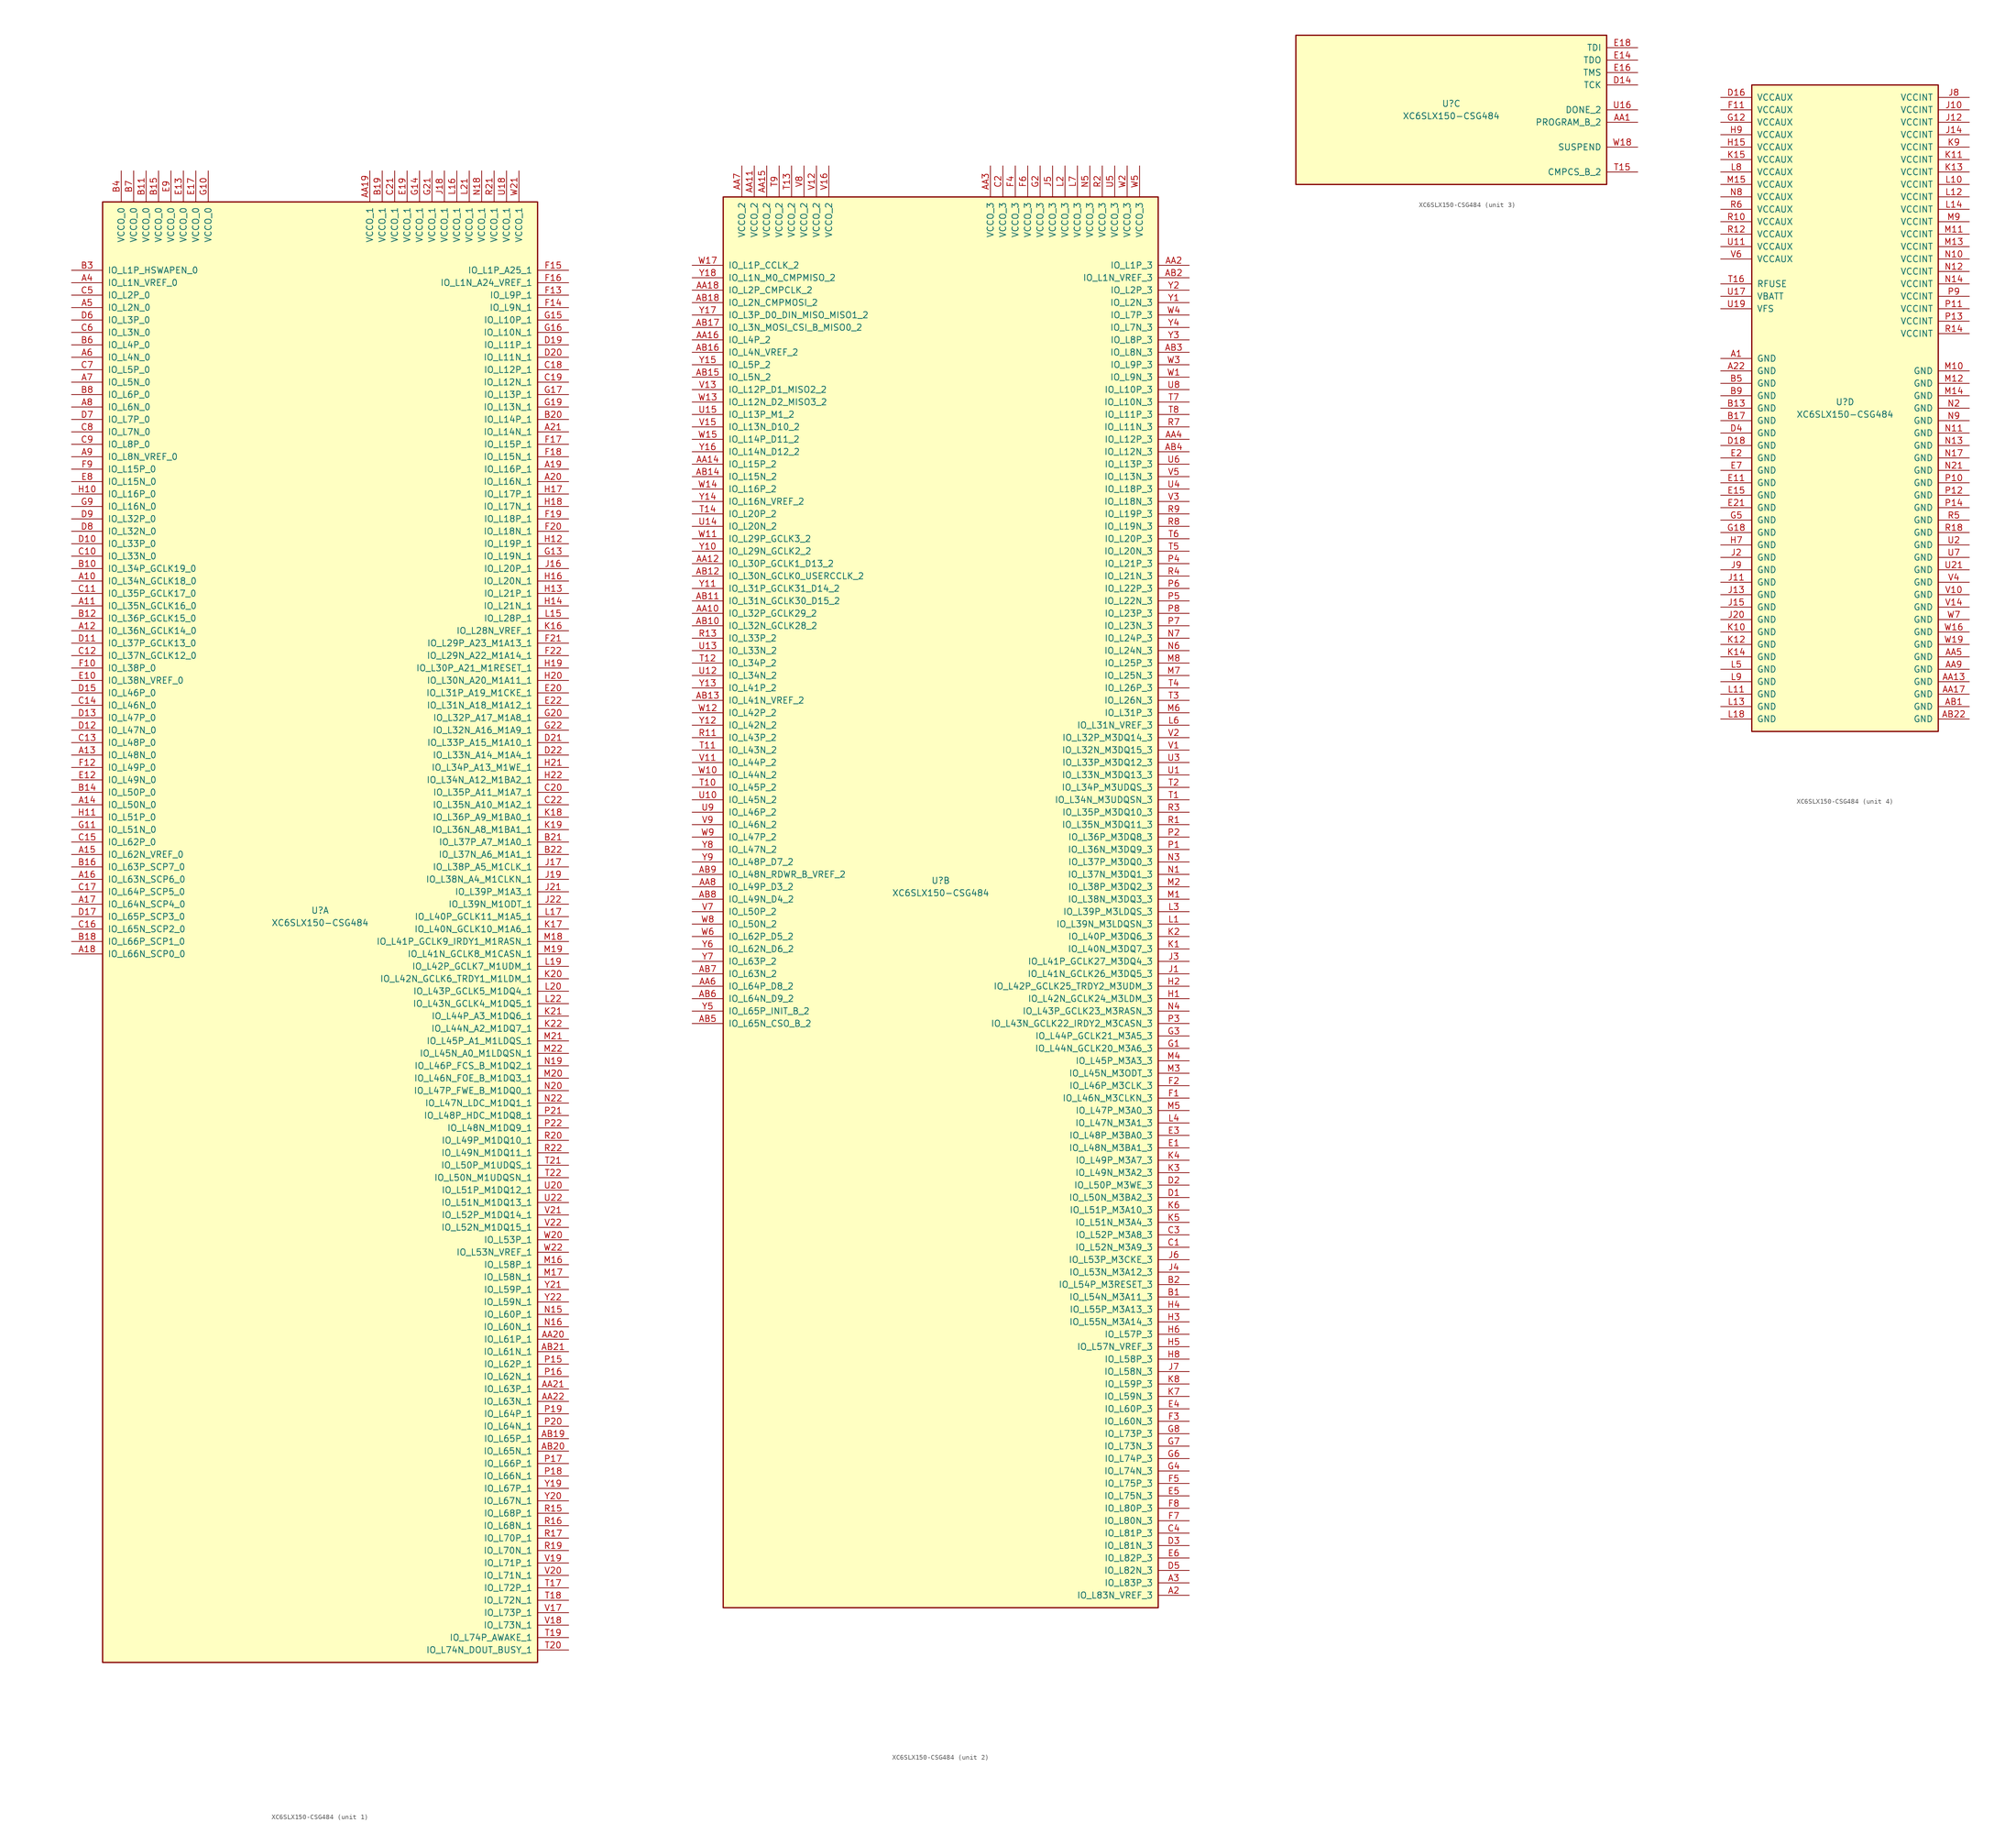
<source format=kicad_sym>
(kicad_symbol_lib
  (version 20201005)
  (generator kicad_symbol_editor)
  (symbol "FPGA_Xilinx_Spartan6:XC6SLX150-CSG484"
    (pin_names
      (offset 1.016))
    (property "Reference" "U"
      (at 0 1.27 0)
      (effects (font (size 1.27 1.27))))
    (property "Value" "XC6SLX150-CSG484"
      (at 0 -1.27 0)
      (effects (font (size 1.27 1.27))))
    (property "Datasheet" ""
      (at 0 0 0)
      (effects (font (size 1.27 1.27))))
    (property "ki_locked" ""
      (at 0 0 0)
      (effects (font (size 1.27 1.27))))
    (symbol "XC6SLX150-CSG484_1_1"
      (rectangle (start -44.45 146.05) (end 44.45 -152.4) (stroke (width 0.254)) (fill (type background)))
      (pin power_in line (at -40.64 152.4 270) (length 6.35) (name "VCCO_0" (effects (font (size 1.27 1.27)))) (number "B4" (effects (font (size 1.27 1.27)))))
      (pin power_in line (at -38.1 152.4 270) (length 6.35) (name "VCCO_0" (effects (font (size 1.27 1.27)))) (number "B7" (effects (font (size 1.27 1.27)))))
      (pin power_in line (at -35.56 152.4 270) (length 6.35) (name "VCCO_0" (effects (font (size 1.27 1.27)))) (number "B11" (effects (font (size 1.27 1.27)))))
      (pin power_in line (at -33.02 152.4 270) (length 6.35) (name "VCCO_0" (effects (font (size 1.27 1.27)))) (number "B15" (effects (font (size 1.27 1.27)))))
      (pin power_in line (at -30.48 152.4 270) (length 6.35) (name "VCCO_0" (effects (font (size 1.27 1.27)))) (number "E9" (effects (font (size 1.27 1.27)))))
      (pin power_in line (at -27.94 152.4 270) (length 6.35) (name "VCCO_0" (effects (font (size 1.27 1.27)))) (number "E13" (effects (font (size 1.27 1.27)))))
      (pin power_in line (at -25.4 152.4 270) (length 6.35) (name "VCCO_0" (effects (font (size 1.27 1.27)))) (number "E17" (effects (font (size 1.27 1.27)))))
      (pin power_in line (at -22.86 152.4 270) (length 6.35) (name "VCCO_0" (effects (font (size 1.27 1.27)))) (number "G10" (effects (font (size 1.27 1.27)))))
      (pin bidirectional line (at -50.8 132.08 0) (length 6.35) (name "IO_L1P_HSWAPEN_0" (effects (font (size 1.27 1.27)))) (number "B3" (effects (font (size 1.27 1.27)))))
      (pin bidirectional line (at -50.8 129.54 0) (length 6.35) (name "IO_L1N_VREF_0" (effects (font (size 1.27 1.27)))) (number "A4" (effects (font (size 1.27 1.27)))))
      (pin bidirectional line (at -50.8 127 0) (length 6.35) (name "IO_L2P_0" (effects (font (size 1.27 1.27)))) (number "C5" (effects (font (size 1.27 1.27)))))
      (pin bidirectional line (at -50.8 124.46 0) (length 6.35) (name "IO_L2N_0" (effects (font (size 1.27 1.27)))) (number "A5" (effects (font (size 1.27 1.27)))))
      (pin bidirectional line (at -50.8 121.92 0) (length 6.35) (name "IO_L3P_0" (effects (font (size 1.27 1.27)))) (number "D6" (effects (font (size 1.27 1.27)))))
      (pin bidirectional line (at -50.8 119.38 0) (length 6.35) (name "IO_L3N_0" (effects (font (size 1.27 1.27)))) (number "C6" (effects (font (size 1.27 1.27)))))
      (pin bidirectional line (at -50.8 116.84 0) (length 6.35) (name "IO_L4P_0" (effects (font (size 1.27 1.27)))) (number "B6" (effects (font (size 1.27 1.27)))))
      (pin bidirectional line (at -50.8 114.3 0) (length 6.35) (name "IO_L4N_0" (effects (font (size 1.27 1.27)))) (number "A6" (effects (font (size 1.27 1.27)))))
      (pin bidirectional line (at -50.8 111.76 0) (length 6.35) (name "IO_L5P_0" (effects (font (size 1.27 1.27)))) (number "C7" (effects (font (size 1.27 1.27)))))
      (pin bidirectional line (at -50.8 109.22 0) (length 6.35) (name "IO_L5N_0" (effects (font (size 1.27 1.27)))) (number "A7" (effects (font (size 1.27 1.27)))))
      (pin bidirectional line (at -50.8 106.68 0) (length 6.35) (name "IO_L6P_0" (effects (font (size 1.27 1.27)))) (number "B8" (effects (font (size 1.27 1.27)))))
      (pin bidirectional line (at -50.8 104.14 0) (length 6.35) (name "IO_L6N_0" (effects (font (size 1.27 1.27)))) (number "A8" (effects (font (size 1.27 1.27)))))
      (pin bidirectional line (at -50.8 101.6 0) (length 6.35) (name "IO_L7P_0" (effects (font (size 1.27 1.27)))) (number "D7" (effects (font (size 1.27 1.27)))))
      (pin bidirectional line (at -50.8 99.06 0) (length 6.35) (name "IO_L7N_0" (effects (font (size 1.27 1.27)))) (number "C8" (effects (font (size 1.27 1.27)))))
      (pin bidirectional line (at -50.8 96.52 0) (length 6.35) (name "IO_L8P_0" (effects (font (size 1.27 1.27)))) (number "C9" (effects (font (size 1.27 1.27)))))
      (pin bidirectional line (at -50.8 93.98 0) (length 6.35) (name "IO_L8N_VREF_0" (effects (font (size 1.27 1.27)))) (number "A9" (effects (font (size 1.27 1.27)))))
      (pin bidirectional line (at -50.8 91.44 0) (length 6.35) (name "IO_L15P_0" (effects (font (size 1.27 1.27)))) (number "F9" (effects (font (size 1.27 1.27)))))
      (pin bidirectional line (at -50.8 88.9 0) (length 6.35) (name "IO_L15N_0" (effects (font (size 1.27 1.27)))) (number "E8" (effects (font (size 1.27 1.27)))))
      (pin bidirectional line (at -50.8 86.36 0) (length 6.35) (name "IO_L16P_0" (effects (font (size 1.27 1.27)))) (number "H10" (effects (font (size 1.27 1.27)))))
      (pin bidirectional line (at -50.8 83.82 0) (length 6.35) (name "IO_L16N_0" (effects (font (size 1.27 1.27)))) (number "G9" (effects (font (size 1.27 1.27)))))
      (pin bidirectional line (at -50.8 81.28 0) (length 6.35) (name "IO_L32P_0" (effects (font (size 1.27 1.27)))) (number "D9" (effects (font (size 1.27 1.27)))))
      (pin bidirectional line (at -50.8 78.74 0) (length 6.35) (name "IO_L32N_0" (effects (font (size 1.27 1.27)))) (number "D8" (effects (font (size 1.27 1.27)))))
      (pin bidirectional line (at -50.8 76.2 0) (length 6.35) (name "IO_L33P_0" (effects (font (size 1.27 1.27)))) (number "D10" (effects (font (size 1.27 1.27)))))
      (pin bidirectional line (at -50.8 73.66 0) (length 6.35) (name "IO_L33N_0" (effects (font (size 1.27 1.27)))) (number "C10" (effects (font (size 1.27 1.27)))))
      (pin bidirectional line (at -50.8 71.12 0) (length 6.35) (name "IO_L34P_GCLK19_0" (effects (font (size 1.27 1.27)))) (number "B10" (effects (font (size 1.27 1.27)))))
      (pin bidirectional line (at -50.8 68.58 0) (length 6.35) (name "IO_L34N_GCLK18_0" (effects (font (size 1.27 1.27)))) (number "A10" (effects (font (size 1.27 1.27)))))
      (pin bidirectional line (at -50.8 66.04 0) (length 6.35) (name "IO_L35P_GCLK17_0" (effects (font (size 1.27 1.27)))) (number "C11" (effects (font (size 1.27 1.27)))))
      (pin bidirectional line (at -50.8 63.5 0) (length 6.35) (name "IO_L35N_GCLK16_0" (effects (font (size 1.27 1.27)))) (number "A11" (effects (font (size 1.27 1.27)))))
      (pin bidirectional line (at -50.8 60.96 0) (length 6.35) (name "IO_L36P_GCLK15_0" (effects (font (size 1.27 1.27)))) (number "B12" (effects (font (size 1.27 1.27)))))
      (pin bidirectional line (at -50.8 58.42 0) (length 6.35) (name "IO_L36N_GCLK14_0" (effects (font (size 1.27 1.27)))) (number "A12" (effects (font (size 1.27 1.27)))))
      (pin bidirectional line (at -50.8 55.88 0) (length 6.35) (name "IO_L37P_GCLK13_0" (effects (font (size 1.27 1.27)))) (number "D11" (effects (font (size 1.27 1.27)))))
      (pin bidirectional line (at -50.8 53.34 0) (length 6.35) (name "IO_L37N_GCLK12_0" (effects (font (size 1.27 1.27)))) (number "C12" (effects (font (size 1.27 1.27)))))
      (pin bidirectional line (at -50.8 50.8 0) (length 6.35) (name "IO_L38P_0" (effects (font (size 1.27 1.27)))) (number "F10" (effects (font (size 1.27 1.27)))))
      (pin bidirectional line (at -50.8 48.26 0) (length 6.35) (name "IO_L38N_VREF_0" (effects (font (size 1.27 1.27)))) (number "E10" (effects (font (size 1.27 1.27)))))
      (pin bidirectional line (at -50.8 45.72 0) (length 6.35) (name "IO_L46P_0" (effects (font (size 1.27 1.27)))) (number "D15" (effects (font (size 1.27 1.27)))))
      (pin bidirectional line (at -50.8 43.18 0) (length 6.35) (name "IO_L46N_0" (effects (font (size 1.27 1.27)))) (number "C14" (effects (font (size 1.27 1.27)))))
      (pin bidirectional line (at -50.8 40.64 0) (length 6.35) (name "IO_L47P_0" (effects (font (size 1.27 1.27)))) (number "D13" (effects (font (size 1.27 1.27)))))
      (pin bidirectional line (at -50.8 38.1 0) (length 6.35) (name "IO_L47N_0" (effects (font (size 1.27 1.27)))) (number "D12" (effects (font (size 1.27 1.27)))))
      (pin bidirectional line (at -50.8 35.56 0) (length 6.35) (name "IO_L48P_0" (effects (font (size 1.27 1.27)))) (number "C13" (effects (font (size 1.27 1.27)))))
      (pin bidirectional line (at -50.8 33.02 0) (length 6.35) (name "IO_L48N_0" (effects (font (size 1.27 1.27)))) (number "A13" (effects (font (size 1.27 1.27)))))
      (pin bidirectional line (at -50.8 30.48 0) (length 6.35) (name "IO_L49P_0" (effects (font (size 1.27 1.27)))) (number "F12" (effects (font (size 1.27 1.27)))))
      (pin bidirectional line (at -50.8 27.94 0) (length 6.35) (name "IO_L49N_0" (effects (font (size 1.27 1.27)))) (number "E12" (effects (font (size 1.27 1.27)))))
      (pin bidirectional line (at -50.8 25.4 0) (length 6.35) (name "IO_L50P_0" (effects (font (size 1.27 1.27)))) (number "B14" (effects (font (size 1.27 1.27)))))
      (pin bidirectional line (at -50.8 22.86 0) (length 6.35) (name "IO_L50N_0" (effects (font (size 1.27 1.27)))) (number "A14" (effects (font (size 1.27 1.27)))))
      (pin bidirectional line (at -50.8 20.32 0) (length 6.35) (name "IO_L51P_0" (effects (font (size 1.27 1.27)))) (number "H11" (effects (font (size 1.27 1.27)))))
      (pin bidirectional line (at -50.8 17.78 0) (length 6.35) (name "IO_L51N_0" (effects (font (size 1.27 1.27)))) (number "G11" (effects (font (size 1.27 1.27)))))
      (pin bidirectional line (at -50.8 15.24 0) (length 6.35) (name "IO_L62P_0" (effects (font (size 1.27 1.27)))) (number "C15" (effects (font (size 1.27 1.27)))))
      (pin bidirectional line (at -50.8 12.7 0) (length 6.35) (name "IO_L62N_VREF_0" (effects (font (size 1.27 1.27)))) (number "A15" (effects (font (size 1.27 1.27)))))
      (pin bidirectional line (at -50.8 10.16 0) (length 6.35) (name "IO_L63P_SCP7_0" (effects (font (size 1.27 1.27)))) (number "B16" (effects (font (size 1.27 1.27)))))
      (pin bidirectional line (at -50.8 7.62 0) (length 6.35) (name "IO_L63N_SCP6_0" (effects (font (size 1.27 1.27)))) (number "A16" (effects (font (size 1.27 1.27)))))
      (pin bidirectional line (at -50.8 5.08 0) (length 6.35) (name "IO_L64P_SCP5_0" (effects (font (size 1.27 1.27)))) (number "C17" (effects (font (size 1.27 1.27)))))
      (pin bidirectional line (at -50.8 2.54 0) (length 6.35) (name "IO_L64N_SCP4_0" (effects (font (size 1.27 1.27)))) (number "A17" (effects (font (size 1.27 1.27)))))
      (pin bidirectional line (at -50.8 0 0) (length 6.35) (name "IO_L65P_SCP3_0" (effects (font (size 1.27 1.27)))) (number "D17" (effects (font (size 1.27 1.27)))))
      (pin bidirectional line (at -50.8 -2.54 0) (length 6.35) (name "IO_L65N_SCP2_0" (effects (font (size 1.27 1.27)))) (number "C16" (effects (font (size 1.27 1.27)))))
      (pin bidirectional line (at -50.8 -5.08 0) (length 6.35) (name "IO_L66P_SCP1_0" (effects (font (size 1.27 1.27)))) (number "B18" (effects (font (size 1.27 1.27)))))
      (pin bidirectional line (at -50.8 -7.62 0) (length 6.35) (name "IO_L66N_SCP0_0" (effects (font (size 1.27 1.27)))) (number "A18" (effects (font (size 1.27 1.27)))))
      (pin power_in line (at 10.16 152.4 270) (length 6.35) (name "VCCO_1" (effects (font (size 1.27 1.27)))) (number "AA19" (effects (font (size 1.27 1.27)))))
      (pin power_in line (at 12.7 152.4 270) (length 6.35) (name "VCCO_1" (effects (font (size 1.27 1.27)))) (number "B19" (effects (font (size 1.27 1.27)))))
      (pin power_in line (at 15.24 152.4 270) (length 6.35) (name "VCCO_1" (effects (font (size 1.27 1.27)))) (number "C21" (effects (font (size 1.27 1.27)))))
      (pin power_in line (at 17.78 152.4 270) (length 6.35) (name "VCCO_1" (effects (font (size 1.27 1.27)))) (number "E19" (effects (font (size 1.27 1.27)))))
      (pin power_in line (at 20.32 152.4 270) (length 6.35) (name "VCCO_1" (effects (font (size 1.27 1.27)))) (number "G14" (effects (font (size 1.27 1.27)))))
      (pin power_in line (at 22.86 152.4 270) (length 6.35) (name "VCCO_1" (effects (font (size 1.27 1.27)))) (number "G21" (effects (font (size 1.27 1.27)))))
      (pin power_in line (at 25.4 152.4 270) (length 6.35) (name "VCCO_1" (effects (font (size 1.27 1.27)))) (number "J18" (effects (font (size 1.27 1.27)))))
      (pin power_in line (at 27.94 152.4 270) (length 6.35) (name "VCCO_1" (effects (font (size 1.27 1.27)))) (number "L16" (effects (font (size 1.27 1.27)))))
      (pin power_in line (at 30.48 152.4 270) (length 6.35) (name "VCCO_1" (effects (font (size 1.27 1.27)))) (number "L21" (effects (font (size 1.27 1.27)))))
      (pin power_in line (at 33.02 152.4 270) (length 6.35) (name "VCCO_1" (effects (font (size 1.27 1.27)))) (number "N18" (effects (font (size 1.27 1.27)))))
      (pin power_in line (at 35.56 152.4 270) (length 6.35) (name "VCCO_1" (effects (font (size 1.27 1.27)))) (number "R21" (effects (font (size 1.27 1.27)))))
      (pin power_in line (at 38.1 152.4 270) (length 6.35) (name "VCCO_1" (effects (font (size 1.27 1.27)))) (number "U18" (effects (font (size 1.27 1.27)))))
      (pin power_in line (at 40.64 152.4 270) (length 6.35) (name "VCCO_1" (effects (font (size 1.27 1.27)))) (number "W21" (effects (font (size 1.27 1.27)))))
      (pin bidirectional line (at 50.8 132.08 180) (length 6.35) (name "IO_L1P_A25_1" (effects (font (size 1.27 1.27)))) (number "F15" (effects (font (size 1.27 1.27)))))
      (pin bidirectional line (at 50.8 129.54 180) (length 6.35) (name "IO_L1N_A24_VREF_1" (effects (font (size 1.27 1.27)))) (number "F16" (effects (font (size 1.27 1.27)))))
      (pin bidirectional line (at 50.8 127 180) (length 6.35) (name "IO_L9P_1" (effects (font (size 1.27 1.27)))) (number "F13" (effects (font (size 1.27 1.27)))))
      (pin bidirectional line (at 50.8 124.46 180) (length 6.35) (name "IO_L9N_1" (effects (font (size 1.27 1.27)))) (number "F14" (effects (font (size 1.27 1.27)))))
      (pin bidirectional line (at 50.8 121.92 180) (length 6.35) (name "IO_L10P_1" (effects (font (size 1.27 1.27)))) (number "G15" (effects (font (size 1.27 1.27)))))
      (pin bidirectional line (at 50.8 119.38 180) (length 6.35) (name "IO_L10N_1" (effects (font (size 1.27 1.27)))) (number "G16" (effects (font (size 1.27 1.27)))))
      (pin bidirectional line (at 50.8 116.84 180) (length 6.35) (name "IO_L11P_1" (effects (font (size 1.27 1.27)))) (number "D19" (effects (font (size 1.27 1.27)))))
      (pin bidirectional line (at 50.8 114.3 180) (length 6.35) (name "IO_L11N_1" (effects (font (size 1.27 1.27)))) (number "D20" (effects (font (size 1.27 1.27)))))
      (pin bidirectional line (at 50.8 111.76 180) (length 6.35) (name "IO_L12P_1" (effects (font (size 1.27 1.27)))) (number "C18" (effects (font (size 1.27 1.27)))))
      (pin bidirectional line (at 50.8 109.22 180) (length 6.35) (name "IO_L12N_1" (effects (font (size 1.27 1.27)))) (number "C19" (effects (font (size 1.27 1.27)))))
      (pin bidirectional line (at 50.8 106.68 180) (length 6.35) (name "IO_L13P_1" (effects (font (size 1.27 1.27)))) (number "G17" (effects (font (size 1.27 1.27)))))
      (pin bidirectional line (at 50.8 104.14 180) (length 6.35) (name "IO_L13N_1" (effects (font (size 1.27 1.27)))) (number "G19" (effects (font (size 1.27 1.27)))))
      (pin bidirectional line (at 50.8 101.6 180) (length 6.35) (name "IO_L14P_1" (effects (font (size 1.27 1.27)))) (number "B20" (effects (font (size 1.27 1.27)))))
      (pin bidirectional line (at 50.8 99.06 180) (length 6.35) (name "IO_L14N_1" (effects (font (size 1.27 1.27)))) (number "A21" (effects (font (size 1.27 1.27)))))
      (pin bidirectional line (at 50.8 96.52 180) (length 6.35) (name "IO_L15P_1" (effects (font (size 1.27 1.27)))) (number "F17" (effects (font (size 1.27 1.27)))))
      (pin bidirectional line (at 50.8 93.98 180) (length 6.35) (name "IO_L15N_1" (effects (font (size 1.27 1.27)))) (number "F18" (effects (font (size 1.27 1.27)))))
      (pin bidirectional line (at 50.8 91.44 180) (length 6.35) (name "IO_L16P_1" (effects (font (size 1.27 1.27)))) (number "A19" (effects (font (size 1.27 1.27)))))
      (pin bidirectional line (at 50.8 88.9 180) (length 6.35) (name "IO_L16N_1" (effects (font (size 1.27 1.27)))) (number "A20" (effects (font (size 1.27 1.27)))))
      (pin bidirectional line (at 50.8 86.36 180) (length 6.35) (name "IO_L17P_1" (effects (font (size 1.27 1.27)))) (number "H17" (effects (font (size 1.27 1.27)))))
      (pin bidirectional line (at 50.8 83.82 180) (length 6.35) (name "IO_L17N_1" (effects (font (size 1.27 1.27)))) (number "H18" (effects (font (size 1.27 1.27)))))
      (pin bidirectional line (at 50.8 81.28 180) (length 6.35) (name "IO_L18P_1" (effects (font (size 1.27 1.27)))) (number "F19" (effects (font (size 1.27 1.27)))))
      (pin bidirectional line (at 50.8 78.74 180) (length 6.35) (name "IO_L18N_1" (effects (font (size 1.27 1.27)))) (number "F20" (effects (font (size 1.27 1.27)))))
      (pin bidirectional line (at 50.8 76.2 180) (length 6.35) (name "IO_L19P_1" (effects (font (size 1.27 1.27)))) (number "H12" (effects (font (size 1.27 1.27)))))
      (pin bidirectional line (at 50.8 73.66 180) (length 6.35) (name "IO_L19N_1" (effects (font (size 1.27 1.27)))) (number "G13" (effects (font (size 1.27 1.27)))))
      (pin bidirectional line (at 50.8 71.12 180) (length 6.35) (name "IO_L20P_1" (effects (font (size 1.27 1.27)))) (number "J16" (effects (font (size 1.27 1.27)))))
      (pin bidirectional line (at 50.8 68.58 180) (length 6.35) (name "IO_L20N_1" (effects (font (size 1.27 1.27)))) (number "H16" (effects (font (size 1.27 1.27)))))
      (pin bidirectional line (at 50.8 66.04 180) (length 6.35) (name "IO_L21P_1" (effects (font (size 1.27 1.27)))) (number "H13" (effects (font (size 1.27 1.27)))))
      (pin bidirectional line (at 50.8 63.5 180) (length 6.35) (name "IO_L21N_1" (effects (font (size 1.27 1.27)))) (number "H14" (effects (font (size 1.27 1.27)))))
      (pin bidirectional line (at 50.8 60.96 180) (length 6.35) (name "IO_L28P_1" (effects (font (size 1.27 1.27)))) (number "L15" (effects (font (size 1.27 1.27)))))
      (pin bidirectional line (at 50.8 58.42 180) (length 6.35) (name "IO_L28N_VREF_1" (effects (font (size 1.27 1.27)))) (number "K16" (effects (font (size 1.27 1.27)))))
      (pin bidirectional line (at 50.8 55.88 180) (length 6.35) (name "IO_L29P_A23_M1A13_1" (effects (font (size 1.27 1.27)))) (number "F21" (effects (font (size 1.27 1.27)))))
      (pin bidirectional line (at 50.8 53.34 180) (length 6.35) (name "IO_L29N_A22_M1A14_1" (effects (font (size 1.27 1.27)))) (number "F22" (effects (font (size 1.27 1.27)))))
      (pin bidirectional line (at 50.8 50.8 180) (length 6.35) (name "IO_L30P_A21_M1RESET_1" (effects (font (size 1.27 1.27)))) (number "H19" (effects (font (size 1.27 1.27)))))
      (pin bidirectional line (at 50.8 48.26 180) (length 6.35) (name "IO_L30N_A20_M1A11_1" (effects (font (size 1.27 1.27)))) (number "H20" (effects (font (size 1.27 1.27)))))
      (pin bidirectional line (at 50.8 45.72 180) (length 6.35) (name "IO_L31P_A19_M1CKE_1" (effects (font (size 1.27 1.27)))) (number "E20" (effects (font (size 1.27 1.27)))))
      (pin bidirectional line (at 50.8 43.18 180) (length 6.35) (name "IO_L31N_A18_M1A12_1" (effects (font (size 1.27 1.27)))) (number "E22" (effects (font (size 1.27 1.27)))))
      (pin bidirectional line (at 50.8 40.64 180) (length 6.35) (name "IO_L32P_A17_M1A8_1" (effects (font (size 1.27 1.27)))) (number "G20" (effects (font (size 1.27 1.27)))))
      (pin bidirectional line (at 50.8 38.1 180) (length 6.35) (name "IO_L32N_A16_M1A9_1" (effects (font (size 1.27 1.27)))) (number "G22" (effects (font (size 1.27 1.27)))))
      (pin bidirectional line (at 50.8 35.56 180) (length 6.35) (name "IO_L33P_A15_M1A10_1" (effects (font (size 1.27 1.27)))) (number "D21" (effects (font (size 1.27 1.27)))))
      (pin bidirectional line (at 50.8 33.02 180) (length 6.35) (name "IO_L33N_A14_M1A4_1" (effects (font (size 1.27 1.27)))) (number "D22" (effects (font (size 1.27 1.27)))))
      (pin bidirectional line (at 50.8 30.48 180) (length 6.35) (name "IO_L34P_A13_M1WE_1" (effects (font (size 1.27 1.27)))) (number "H21" (effects (font (size 1.27 1.27)))))
      (pin bidirectional line (at 50.8 27.94 180) (length 6.35) (name "IO_L34N_A12_M1BA2_1" (effects (font (size 1.27 1.27)))) (number "H22" (effects (font (size 1.27 1.27)))))
      (pin bidirectional line (at 50.8 25.4 180) (length 6.35) (name "IO_L35P_A11_M1A7_1" (effects (font (size 1.27 1.27)))) (number "C20" (effects (font (size 1.27 1.27)))))
      (pin bidirectional line (at 50.8 22.86 180) (length 6.35) (name "IO_L35N_A10_M1A2_1" (effects (font (size 1.27 1.27)))) (number "C22" (effects (font (size 1.27 1.27)))))
      (pin bidirectional line (at 50.8 20.32 180) (length 6.35) (name "IO_L36P_A9_M1BA0_1" (effects (font (size 1.27 1.27)))) (number "K18" (effects (font (size 1.27 1.27)))))
      (pin bidirectional line (at 50.8 17.78 180) (length 6.35) (name "IO_L36N_A8_M1BA1_1" (effects (font (size 1.27 1.27)))) (number "K19" (effects (font (size 1.27 1.27)))))
      (pin bidirectional line (at 50.8 15.24 180) (length 6.35) (name "IO_L37P_A7_M1A0_1" (effects (font (size 1.27 1.27)))) (number "B21" (effects (font (size 1.27 1.27)))))
      (pin bidirectional line (at 50.8 12.7 180) (length 6.35) (name "IO_L37N_A6_M1A1_1" (effects (font (size 1.27 1.27)))) (number "B22" (effects (font (size 1.27 1.27)))))
      (pin bidirectional line (at 50.8 10.16 180) (length 6.35) (name "IO_L38P_A5_M1CLK_1" (effects (font (size 1.27 1.27)))) (number "J17" (effects (font (size 1.27 1.27)))))
      (pin bidirectional line (at 50.8 7.62 180) (length 6.35) (name "IO_L38N_A4_M1CLKN_1" (effects (font (size 1.27 1.27)))) (number "J19" (effects (font (size 1.27 1.27)))))
      (pin bidirectional line (at 50.8 5.08 180) (length 6.35) (name "IO_L39P_M1A3_1" (effects (font (size 1.27 1.27)))) (number "J21" (effects (font (size 1.27 1.27)))))
      (pin bidirectional line (at 50.8 2.54 180) (length 6.35) (name "IO_L39N_M1ODT_1" (effects (font (size 1.27 1.27)))) (number "J22" (effects (font (size 1.27 1.27)))))
      (pin bidirectional line (at 50.8 0 180) (length 6.35) (name "IO_L40P_GCLK11_M1A5_1" (effects (font (size 1.27 1.27)))) (number "L17" (effects (font (size 1.27 1.27)))))
      (pin bidirectional line (at 50.8 -2.54 180) (length 6.35) (name "IO_L40N_GCLK10_M1A6_1" (effects (font (size 1.27 1.27)))) (number "K17" (effects (font (size 1.27 1.27)))))
      (pin bidirectional line (at 50.8 -5.08 180) (length 6.35) (name "IO_L41P_GCLK9_IRDY1_M1RASN_1" (effects (font (size 1.27 1.27)))) (number "M18" (effects (font (size 1.27 1.27)))))
      (pin bidirectional line (at 50.8 -7.62 180) (length 6.35) (name "IO_L41N_GCLK8_M1CASN_1" (effects (font (size 1.27 1.27)))) (number "M19" (effects (font (size 1.27 1.27)))))
      (pin bidirectional line (at 50.8 -10.16 180) (length 6.35) (name "IO_L42P_GCLK7_M1UDM_1" (effects (font (size 1.27 1.27)))) (number "L19" (effects (font (size 1.27 1.27)))))
      (pin bidirectional line (at 50.8 -12.7 180) (length 6.35) (name "IO_L42N_GCLK6_TRDY1_M1LDM_1" (effects (font (size 1.27 1.27)))) (number "K20" (effects (font (size 1.27 1.27)))))
      (pin bidirectional line (at 50.8 -15.24 180) (length 6.35) (name "IO_L43P_GCLK5_M1DQ4_1" (effects (font (size 1.27 1.27)))) (number "L20" (effects (font (size 1.27 1.27)))))
      (pin bidirectional line (at 50.8 -17.78 180) (length 6.35) (name "IO_L43N_GCLK4_M1DQ5_1" (effects (font (size 1.27 1.27)))) (number "L22" (effects (font (size 1.27 1.27)))))
      (pin bidirectional line (at 50.8 -20.32 180) (length 6.35) (name "IO_L44P_A3_M1DQ6_1" (effects (font (size 1.27 1.27)))) (number "K21" (effects (font (size 1.27 1.27)))))
      (pin bidirectional line (at 50.8 -22.86 180) (length 6.35) (name "IO_L44N_A2_M1DQ7_1" (effects (font (size 1.27 1.27)))) (number "K22" (effects (font (size 1.27 1.27)))))
      (pin bidirectional line (at 50.8 -25.4 180) (length 6.35) (name "IO_L45P_A1_M1LDQS_1" (effects (font (size 1.27 1.27)))) (number "M21" (effects (font (size 1.27 1.27)))))
      (pin bidirectional line (at 50.8 -27.94 180) (length 6.35) (name "IO_L45N_A0_M1LDQSN_1" (effects (font (size 1.27 1.27)))) (number "M22" (effects (font (size 1.27 1.27)))))
      (pin bidirectional line (at 50.8 -30.48 180) (length 6.35) (name "IO_L46P_FCS_B_M1DQ2_1" (effects (font (size 1.27 1.27)))) (number "N19" (effects (font (size 1.27 1.27)))))
      (pin bidirectional line (at 50.8 -33.02 180) (length 6.35) (name "IO_L46N_FOE_B_M1DQ3_1" (effects (font (size 1.27 1.27)))) (number "M20" (effects (font (size 1.27 1.27)))))
      (pin bidirectional line (at 50.8 -35.56 180) (length 6.35) (name "IO_L47P_FWE_B_M1DQ0_1" (effects (font (size 1.27 1.27)))) (number "N20" (effects (font (size 1.27 1.27)))))
      (pin bidirectional line (at 50.8 -38.1 180) (length 6.35) (name "IO_L47N_LDC_M1DQ1_1" (effects (font (size 1.27 1.27)))) (number "N22" (effects (font (size 1.27 1.27)))))
      (pin bidirectional line (at 50.8 -40.64 180) (length 6.35) (name "IO_L48P_HDC_M1DQ8_1" (effects (font (size 1.27 1.27)))) (number "P21" (effects (font (size 1.27 1.27)))))
      (pin bidirectional line (at 50.8 -43.18 180) (length 6.35) (name "IO_L48N_M1DQ9_1" (effects (font (size 1.27 1.27)))) (number "P22" (effects (font (size 1.27 1.27)))))
      (pin bidirectional line (at 50.8 -45.72 180) (length 6.35) (name "IO_L49P_M1DQ10_1" (effects (font (size 1.27 1.27)))) (number "R20" (effects (font (size 1.27 1.27)))))
      (pin bidirectional line (at 50.8 -48.26 180) (length 6.35) (name "IO_L49N_M1DQ11_1" (effects (font (size 1.27 1.27)))) (number "R22" (effects (font (size 1.27 1.27)))))
      (pin bidirectional line (at 50.8 -50.8 180) (length 6.35) (name "IO_L50P_M1UDQS_1" (effects (font (size 1.27 1.27)))) (number "T21" (effects (font (size 1.27 1.27)))))
      (pin bidirectional line (at 50.8 -53.34 180) (length 6.35) (name "IO_L50N_M1UDQSN_1" (effects (font (size 1.27 1.27)))) (number "T22" (effects (font (size 1.27 1.27)))))
      (pin bidirectional line (at 50.8 -55.88 180) (length 6.35) (name "IO_L51P_M1DQ12_1" (effects (font (size 1.27 1.27)))) (number "U20" (effects (font (size 1.27 1.27)))))
      (pin bidirectional line (at 50.8 -58.42 180) (length 6.35) (name "IO_L51N_M1DQ13_1" (effects (font (size 1.27 1.27)))) (number "U22" (effects (font (size 1.27 1.27)))))
      (pin bidirectional line (at 50.8 -60.96 180) (length 6.35) (name "IO_L52P_M1DQ14_1" (effects (font (size 1.27 1.27)))) (number "V21" (effects (font (size 1.27 1.27)))))
      (pin bidirectional line (at 50.8 -63.5 180) (length 6.35) (name "IO_L52N_M1DQ15_1" (effects (font (size 1.27 1.27)))) (number "V22" (effects (font (size 1.27 1.27)))))
      (pin bidirectional line (at 50.8 -66.04 180) (length 6.35) (name "IO_L53P_1" (effects (font (size 1.27 1.27)))) (number "W20" (effects (font (size 1.27 1.27)))))
      (pin bidirectional line (at 50.8 -68.58 180) (length 6.35) (name "IO_L53N_VREF_1" (effects (font (size 1.27 1.27)))) (number "W22" (effects (font (size 1.27 1.27)))))
      (pin bidirectional line (at 50.8 -71.12 180) (length 6.35) (name "IO_L58P_1" (effects (font (size 1.27 1.27)))) (number "M16" (effects (font (size 1.27 1.27)))))
      (pin bidirectional line (at 50.8 -73.66 180) (length 6.35) (name "IO_L58N_1" (effects (font (size 1.27 1.27)))) (number "M17" (effects (font (size 1.27 1.27)))))
      (pin bidirectional line (at 50.8 -76.2 180) (length 6.35) (name "IO_L59P_1" (effects (font (size 1.27 1.27)))) (number "Y21" (effects (font (size 1.27 1.27)))))
      (pin bidirectional line (at 50.8 -78.74 180) (length 6.35) (name "IO_L59N_1" (effects (font (size 1.27 1.27)))) (number "Y22" (effects (font (size 1.27 1.27)))))
      (pin bidirectional line (at 50.8 -81.28 180) (length 6.35) (name "IO_L60P_1" (effects (font (size 1.27 1.27)))) (number "N15" (effects (font (size 1.27 1.27)))))
      (pin bidirectional line (at 50.8 -83.82 180) (length 6.35) (name "IO_L60N_1" (effects (font (size 1.27 1.27)))) (number "N16" (effects (font (size 1.27 1.27)))))
      (pin bidirectional line (at 50.8 -86.36 180) (length 6.35) (name "IO_L61P_1" (effects (font (size 1.27 1.27)))) (number "AA20" (effects (font (size 1.27 1.27)))))
      (pin bidirectional line (at 50.8 -88.9 180) (length 6.35) (name "IO_L61N_1" (effects (font (size 1.27 1.27)))) (number "AB21" (effects (font (size 1.27 1.27)))))
      (pin bidirectional line (at 50.8 -91.44 180) (length 6.35) (name "IO_L62P_1" (effects (font (size 1.27 1.27)))) (number "P15" (effects (font (size 1.27 1.27)))))
      (pin bidirectional line (at 50.8 -93.98 180) (length 6.35) (name "IO_L62N_1" (effects (font (size 1.27 1.27)))) (number "P16" (effects (font (size 1.27 1.27)))))
      (pin bidirectional line (at 50.8 -96.52 180) (length 6.35) (name "IO_L63P_1" (effects (font (size 1.27 1.27)))) (number "AA21" (effects (font (size 1.27 1.27)))))
      (pin bidirectional line (at 50.8 -99.06 180) (length 6.35) (name "IO_L63N_1" (effects (font (size 1.27 1.27)))) (number "AA22" (effects (font (size 1.27 1.27)))))
      (pin bidirectional line (at 50.8 -101.6 180) (length 6.35) (name "IO_L64P_1" (effects (font (size 1.27 1.27)))) (number "P19" (effects (font (size 1.27 1.27)))))
      (pin bidirectional line (at 50.8 -104.14 180) (length 6.35) (name "IO_L64N_1" (effects (font (size 1.27 1.27)))) (number "P20" (effects (font (size 1.27 1.27)))))
      (pin bidirectional line (at 50.8 -106.68 180) (length 6.35) (name "IO_L65P_1" (effects (font (size 1.27 1.27)))) (number "AB19" (effects (font (size 1.27 1.27)))))
      (pin bidirectional line (at 50.8 -109.22 180) (length 6.35) (name "IO_L65N_1" (effects (font (size 1.27 1.27)))) (number "AB20" (effects (font (size 1.27 1.27)))))
      (pin bidirectional line (at 50.8 -111.76 180) (length 6.35) (name "IO_L66P_1" (effects (font (size 1.27 1.27)))) (number "P17" (effects (font (size 1.27 1.27)))))
      (pin bidirectional line (at 50.8 -114.3 180) (length 6.35) (name "IO_L66N_1" (effects (font (size 1.27 1.27)))) (number "P18" (effects (font (size 1.27 1.27)))))
      (pin bidirectional line (at 50.8 -116.84 180) (length 6.35) (name "IO_L67P_1" (effects (font (size 1.27 1.27)))) (number "Y19" (effects (font (size 1.27 1.27)))))
      (pin bidirectional line (at 50.8 -119.38 180) (length 6.35) (name "IO_L67N_1" (effects (font (size 1.27 1.27)))) (number "Y20" (effects (font (size 1.27 1.27)))))
      (pin bidirectional line (at 50.8 -121.92 180) (length 6.35) (name "IO_L68P_1" (effects (font (size 1.27 1.27)))) (number "R15" (effects (font (size 1.27 1.27)))))
      (pin bidirectional line (at 50.8 -124.46 180) (length 6.35) (name "IO_L68N_1" (effects (font (size 1.27 1.27)))) (number "R16" (effects (font (size 1.27 1.27)))))
      (pin bidirectional line (at 50.8 -127 180) (length 6.35) (name "IO_L70P_1" (effects (font (size 1.27 1.27)))) (number "R17" (effects (font (size 1.27 1.27)))))
      (pin bidirectional line (at 50.8 -129.54 180) (length 6.35) (name "IO_L70N_1" (effects (font (size 1.27 1.27)))) (number "R19" (effects (font (size 1.27 1.27)))))
      (pin bidirectional line (at 50.8 -132.08 180) (length 6.35) (name "IO_L71P_1" (effects (font (size 1.27 1.27)))) (number "V19" (effects (font (size 1.27 1.27)))))
      (pin bidirectional line (at 50.8 -134.62 180) (length 6.35) (name "IO_L71N_1" (effects (font (size 1.27 1.27)))) (number "V20" (effects (font (size 1.27 1.27)))))
      (pin bidirectional line (at 50.8 -137.16 180) (length 6.35) (name "IO_L72P_1" (effects (font (size 1.27 1.27)))) (number "T17" (effects (font (size 1.27 1.27)))))
      (pin bidirectional line (at 50.8 -139.7 180) (length 6.35) (name "IO_L72N_1" (effects (font (size 1.27 1.27)))) (number "T18" (effects (font (size 1.27 1.27)))))
      (pin bidirectional line (at 50.8 -142.24 180) (length 6.35) (name "IO_L73P_1" (effects (font (size 1.27 1.27)))) (number "V17" (effects (font (size 1.27 1.27)))))
      (pin bidirectional line (at 50.8 -144.78 180) (length 6.35) (name "IO_L73N_1" (effects (font (size 1.27 1.27)))) (number "V18" (effects (font (size 1.27 1.27)))))
      (pin bidirectional line (at 50.8 -147.32 180) (length 6.35) (name "IO_L74P_AWAKE_1" (effects (font (size 1.27 1.27)))) (number "T19" (effects (font (size 1.27 1.27)))))
      (pin bidirectional line (at 50.8 -149.86 180) (length 6.35) (name "IO_L74N_DOUT_BUSY_1" (effects (font (size 1.27 1.27)))) (number "T20" (effects (font (size 1.27 1.27))))))
    (symbol "XC6SLX150-CSG484_2_1"
      (rectangle (start -44.45 140.97) (end 44.45 -147.32) (stroke (width 0.254)) (fill (type background)))
      (pin power_in line (at -40.64 147.32 270) (length 6.35) (name "VCCO_2" (effects (font (size 1.27 1.27)))) (number "AA7" (effects (font (size 1.27 1.27)))))
      (pin power_in line (at -38.1 147.32 270) (length 6.35) (name "VCCO_2" (effects (font (size 1.27 1.27)))) (number "AA11" (effects (font (size 1.27 1.27)))))
      (pin power_in line (at -35.56 147.32 270) (length 6.35) (name "VCCO_2" (effects (font (size 1.27 1.27)))) (number "AA15" (effects (font (size 1.27 1.27)))))
      (pin power_in line (at -33.02 147.32 270) (length 6.35) (name "VCCO_2" (effects (font (size 1.27 1.27)))) (number "T9" (effects (font (size 1.27 1.27)))))
      (pin power_in line (at -30.48 147.32 270) (length 6.35) (name "VCCO_2" (effects (font (size 1.27 1.27)))) (number "T13" (effects (font (size 1.27 1.27)))))
      (pin power_in line (at -27.94 147.32 270) (length 6.35) (name "VCCO_2" (effects (font (size 1.27 1.27)))) (number "V8" (effects (font (size 1.27 1.27)))))
      (pin power_in line (at -25.4 147.32 270) (length 6.35) (name "VCCO_2" (effects (font (size 1.27 1.27)))) (number "V12" (effects (font (size 1.27 1.27)))))
      (pin power_in line (at -22.86 147.32 270) (length 6.35) (name "VCCO_2" (effects (font (size 1.27 1.27)))) (number "V16" (effects (font (size 1.27 1.27)))))
      (pin bidirectional line (at -50.8 127 0) (length 6.35) (name "IO_L1P_CCLK_2" (effects (font (size 1.27 1.27)))) (number "W17" (effects (font (size 1.27 1.27)))))
      (pin bidirectional line (at -50.8 124.46 0) (length 6.35) (name "IO_L1N_M0_CMPMISO_2" (effects (font (size 1.27 1.27)))) (number "Y18" (effects (font (size 1.27 1.27)))))
      (pin bidirectional line (at -50.8 121.92 0) (length 6.35) (name "IO_L2P_CMPCLK_2" (effects (font (size 1.27 1.27)))) (number "AA18" (effects (font (size 1.27 1.27)))))
      (pin bidirectional line (at -50.8 119.38 0) (length 6.35) (name "IO_L2N_CMPMOSI_2" (effects (font (size 1.27 1.27)))) (number "AB18" (effects (font (size 1.27 1.27)))))
      (pin bidirectional line (at -50.8 116.84 0) (length 6.35) (name "IO_L3P_D0_DIN_MISO_MISO1_2" (effects (font (size 1.27 1.27)))) (number "Y17" (effects (font (size 1.27 1.27)))))
      (pin bidirectional line (at -50.8 114.3 0) (length 6.35) (name "IO_L3N_MOSI_CSI_B_MISO0_2" (effects (font (size 1.27 1.27)))) (number "AB17" (effects (font (size 1.27 1.27)))))
      (pin bidirectional line (at -50.8 111.76 0) (length 6.35) (name "IO_L4P_2" (effects (font (size 1.27 1.27)))) (number "AA16" (effects (font (size 1.27 1.27)))))
      (pin bidirectional line (at -50.8 109.22 0) (length 6.35) (name "IO_L4N_VREF_2" (effects (font (size 1.27 1.27)))) (number "AB16" (effects (font (size 1.27 1.27)))))
      (pin bidirectional line (at -50.8 106.68 0) (length 6.35) (name "IO_L5P_2" (effects (font (size 1.27 1.27)))) (number "Y15" (effects (font (size 1.27 1.27)))))
      (pin bidirectional line (at -50.8 104.14 0) (length 6.35) (name "IO_L5N_2" (effects (font (size 1.27 1.27)))) (number "AB15" (effects (font (size 1.27 1.27)))))
      (pin bidirectional line (at -50.8 101.6 0) (length 6.35) (name "IO_L12P_D1_MISO2_2" (effects (font (size 1.27 1.27)))) (number "V13" (effects (font (size 1.27 1.27)))))
      (pin bidirectional line (at -50.8 99.06 0) (length 6.35) (name "IO_L12N_D2_MISO3_2" (effects (font (size 1.27 1.27)))) (number "W13" (effects (font (size 1.27 1.27)))))
      (pin bidirectional line (at -50.8 96.52 0) (length 6.35) (name "IO_L13P_M1_2" (effects (font (size 1.27 1.27)))) (number "U15" (effects (font (size 1.27 1.27)))))
      (pin bidirectional line (at -50.8 93.98 0) (length 6.35) (name "IO_L13N_D10_2" (effects (font (size 1.27 1.27)))) (number "V15" (effects (font (size 1.27 1.27)))))
      (pin bidirectional line (at -50.8 91.44 0) (length 6.35) (name "IO_L14P_D11_2" (effects (font (size 1.27 1.27)))) (number "W15" (effects (font (size 1.27 1.27)))))
      (pin bidirectional line (at -50.8 88.9 0) (length 6.35) (name "IO_L14N_D12_2" (effects (font (size 1.27 1.27)))) (number "Y16" (effects (font (size 1.27 1.27)))))
      (pin bidirectional line (at -50.8 86.36 0) (length 6.35) (name "IO_L15P_2" (effects (font (size 1.27 1.27)))) (number "AA14" (effects (font (size 1.27 1.27)))))
      (pin bidirectional line (at -50.8 83.82 0) (length 6.35) (name "IO_L15N_2" (effects (font (size 1.27 1.27)))) (number "AB14" (effects (font (size 1.27 1.27)))))
      (pin bidirectional line (at -50.8 81.28 0) (length 6.35) (name "IO_L16P_2" (effects (font (size 1.27 1.27)))) (number "W14" (effects (font (size 1.27 1.27)))))
      (pin bidirectional line (at -50.8 78.74 0) (length 6.35) (name "IO_L16N_VREF_2" (effects (font (size 1.27 1.27)))) (number "Y14" (effects (font (size 1.27 1.27)))))
      (pin bidirectional line (at -50.8 76.2 0) (length 6.35) (name "IO_L20P_2" (effects (font (size 1.27 1.27)))) (number "T14" (effects (font (size 1.27 1.27)))))
      (pin bidirectional line (at -50.8 73.66 0) (length 6.35) (name "IO_L20N_2" (effects (font (size 1.27 1.27)))) (number "U14" (effects (font (size 1.27 1.27)))))
      (pin bidirectional line (at -50.8 71.12 0) (length 6.35) (name "IO_L29P_GCLK3_2" (effects (font (size 1.27 1.27)))) (number "W11" (effects (font (size 1.27 1.27)))))
      (pin bidirectional line (at -50.8 68.58 0) (length 6.35) (name "IO_L29N_GCLK2_2" (effects (font (size 1.27 1.27)))) (number "Y10" (effects (font (size 1.27 1.27)))))
      (pin bidirectional line (at -50.8 66.04 0) (length 6.35) (name "IO_L30P_GCLK1_D13_2" (effects (font (size 1.27 1.27)))) (number "AA12" (effects (font (size 1.27 1.27)))))
      (pin bidirectional line (at -50.8 63.5 0) (length 6.35) (name "IO_L30N_GCLK0_USERCCLK_2" (effects (font (size 1.27 1.27)))) (number "AB12" (effects (font (size 1.27 1.27)))))
      (pin bidirectional line (at -50.8 60.96 0) (length 6.35) (name "IO_L31P_GCLK31_D14_2" (effects (font (size 1.27 1.27)))) (number "Y11" (effects (font (size 1.27 1.27)))))
      (pin bidirectional line (at -50.8 58.42 0) (length 6.35) (name "IO_L31N_GCLK30_D15_2" (effects (font (size 1.27 1.27)))) (number "AB11" (effects (font (size 1.27 1.27)))))
      (pin bidirectional line (at -50.8 55.88 0) (length 6.35) (name "IO_L32P_GCLK29_2" (effects (font (size 1.27 1.27)))) (number "AA10" (effects (font (size 1.27 1.27)))))
      (pin bidirectional line (at -50.8 53.34 0) (length 6.35) (name "IO_L32N_GCLK28_2" (effects (font (size 1.27 1.27)))) (number "AB10" (effects (font (size 1.27 1.27)))))
      (pin bidirectional line (at -50.8 50.8 0) (length 6.35) (name "IO_L33P_2" (effects (font (size 1.27 1.27)))) (number "R13" (effects (font (size 1.27 1.27)))))
      (pin bidirectional line (at -50.8 48.26 0) (length 6.35) (name "IO_L33N_2" (effects (font (size 1.27 1.27)))) (number "U13" (effects (font (size 1.27 1.27)))))
      (pin bidirectional line (at -50.8 45.72 0) (length 6.35) (name "IO_L34P_2" (effects (font (size 1.27 1.27)))) (number "T12" (effects (font (size 1.27 1.27)))))
      (pin bidirectional line (at -50.8 43.18 0) (length 6.35) (name "IO_L34N_2" (effects (font (size 1.27 1.27)))) (number "U12" (effects (font (size 1.27 1.27)))))
      (pin bidirectional line (at -50.8 40.64 0) (length 6.35) (name "IO_L41P_2" (effects (font (size 1.27 1.27)))) (number "Y13" (effects (font (size 1.27 1.27)))))
      (pin bidirectional line (at -50.8 38.1 0) (length 6.35) (name "IO_L41N_VREF_2" (effects (font (size 1.27 1.27)))) (number "AB13" (effects (font (size 1.27 1.27)))))
      (pin bidirectional line (at -50.8 35.56 0) (length 6.35) (name "IO_L42P_2" (effects (font (size 1.27 1.27)))) (number "W12" (effects (font (size 1.27 1.27)))))
      (pin bidirectional line (at -50.8 33.02 0) (length 6.35) (name "IO_L42N_2" (effects (font (size 1.27 1.27)))) (number "Y12" (effects (font (size 1.27 1.27)))))
      (pin bidirectional line (at -50.8 30.48 0) (length 6.35) (name "IO_L43P_2" (effects (font (size 1.27 1.27)))) (number "R11" (effects (font (size 1.27 1.27)))))
      (pin bidirectional line (at -50.8 27.94 0) (length 6.35) (name "IO_L43N_2" (effects (font (size 1.27 1.27)))) (number "T11" (effects (font (size 1.27 1.27)))))
      (pin bidirectional line (at -50.8 25.4 0) (length 6.35) (name "IO_L44P_2" (effects (font (size 1.27 1.27)))) (number "V11" (effects (font (size 1.27 1.27)))))
      (pin bidirectional line (at -50.8 22.86 0) (length 6.35) (name "IO_L44N_2" (effects (font (size 1.27 1.27)))) (number "W10" (effects (font (size 1.27 1.27)))))
      (pin bidirectional line (at -50.8 20.32 0) (length 6.35) (name "IO_L45P_2" (effects (font (size 1.27 1.27)))) (number "T10" (effects (font (size 1.27 1.27)))))
      (pin bidirectional line (at -50.8 17.78 0) (length 6.35) (name "IO_L45N_2" (effects (font (size 1.27 1.27)))) (number "U10" (effects (font (size 1.27 1.27)))))
      (pin bidirectional line (at -50.8 15.24 0) (length 6.35) (name "IO_L46P_2" (effects (font (size 1.27 1.27)))) (number "U9" (effects (font (size 1.27 1.27)))))
      (pin bidirectional line (at -50.8 12.7 0) (length 6.35) (name "IO_L46N_2" (effects (font (size 1.27 1.27)))) (number "V9" (effects (font (size 1.27 1.27)))))
      (pin bidirectional line (at -50.8 10.16 0) (length 6.35) (name "IO_L47P_2" (effects (font (size 1.27 1.27)))) (number "W9" (effects (font (size 1.27 1.27)))))
      (pin bidirectional line (at -50.8 7.62 0) (length 6.35) (name "IO_L47N_2" (effects (font (size 1.27 1.27)))) (number "Y8" (effects (font (size 1.27 1.27)))))
      (pin bidirectional line (at -50.8 5.08 0) (length 6.35) (name "IO_L48P_D7_2" (effects (font (size 1.27 1.27)))) (number "Y9" (effects (font (size 1.27 1.27)))))
      (pin bidirectional line (at -50.8 2.54 0) (length 6.35) (name "IO_L48N_RDWR_B_VREF_2" (effects (font (size 1.27 1.27)))) (number "AB9" (effects (font (size 1.27 1.27)))))
      (pin bidirectional line (at -50.8 0 0) (length 6.35) (name "IO_L49P_D3_2" (effects (font (size 1.27 1.27)))) (number "AA8" (effects (font (size 1.27 1.27)))))
      (pin bidirectional line (at -50.8 -2.54 0) (length 6.35) (name "IO_L49N_D4_2" (effects (font (size 1.27 1.27)))) (number "AB8" (effects (font (size 1.27 1.27)))))
      (pin bidirectional line (at -50.8 -5.08 0) (length 6.35) (name "IO_L50P_2" (effects (font (size 1.27 1.27)))) (number "V7" (effects (font (size 1.27 1.27)))))
      (pin bidirectional line (at -50.8 -7.62 0) (length 6.35) (name "IO_L50N_2" (effects (font (size 1.27 1.27)))) (number "W8" (effects (font (size 1.27 1.27)))))
      (pin bidirectional line (at -50.8 -10.16 0) (length 6.35) (name "IO_L62P_D5_2" (effects (font (size 1.27 1.27)))) (number "W6" (effects (font (size 1.27 1.27)))))
      (pin bidirectional line (at -50.8 -12.7 0) (length 6.35) (name "IO_L62N_D6_2" (effects (font (size 1.27 1.27)))) (number "Y6" (effects (font (size 1.27 1.27)))))
      (pin bidirectional line (at -50.8 -15.24 0) (length 6.35) (name "IO_L63P_2" (effects (font (size 1.27 1.27)))) (number "Y7" (effects (font (size 1.27 1.27)))))
      (pin bidirectional line (at -50.8 -17.78 0) (length 6.35) (name "IO_L63N_2" (effects (font (size 1.27 1.27)))) (number "AB7" (effects (font (size 1.27 1.27)))))
      (pin bidirectional line (at -50.8 -20.32 0) (length 6.35) (name "IO_L64P_D8_2" (effects (font (size 1.27 1.27)))) (number "AA6" (effects (font (size 1.27 1.27)))))
      (pin bidirectional line (at -50.8 -22.86 0) (length 6.35) (name "IO_L64N_D9_2" (effects (font (size 1.27 1.27)))) (number "AB6" (effects (font (size 1.27 1.27)))))
      (pin bidirectional line (at -50.8 -25.4 0) (length 6.35) (name "IO_L65P_INIT_B_2" (effects (font (size 1.27 1.27)))) (number "Y5" (effects (font (size 1.27 1.27)))))
      (pin bidirectional line (at -50.8 -27.94 0) (length 6.35) (name "IO_L65N_CSO_B_2" (effects (font (size 1.27 1.27)))) (number "AB5" (effects (font (size 1.27 1.27)))))
      (pin power_in line (at 10.16 147.32 270) (length 6.35) (name "VCCO_3" (effects (font (size 1.27 1.27)))) (number "AA3" (effects (font (size 1.27 1.27)))))
      (pin power_in line (at 12.7 147.32 270) (length 6.35) (name "VCCO_3" (effects (font (size 1.27 1.27)))) (number "C2" (effects (font (size 1.27 1.27)))))
      (pin power_in line (at 15.24 147.32 270) (length 6.35) (name "VCCO_3" (effects (font (size 1.27 1.27)))) (number "F4" (effects (font (size 1.27 1.27)))))
      (pin power_in line (at 17.78 147.32 270) (length 6.35) (name "VCCO_3" (effects (font (size 1.27 1.27)))) (number "F6" (effects (font (size 1.27 1.27)))))
      (pin power_in line (at 20.32 147.32 270) (length 6.35) (name "VCCO_3" (effects (font (size 1.27 1.27)))) (number "G2" (effects (font (size 1.27 1.27)))))
      (pin power_in line (at 22.86 147.32 270) (length 6.35) (name "VCCO_3" (effects (font (size 1.27 1.27)))) (number "J5" (effects (font (size 1.27 1.27)))))
      (pin power_in line (at 25.4 147.32 270) (length 6.35) (name "VCCO_3" (effects (font (size 1.27 1.27)))) (number "L2" (effects (font (size 1.27 1.27)))))
      (pin power_in line (at 27.94 147.32 270) (length 6.35) (name "VCCO_3" (effects (font (size 1.27 1.27)))) (number "L7" (effects (font (size 1.27 1.27)))))
      (pin power_in line (at 30.48 147.32 270) (length 6.35) (name "VCCO_3" (effects (font (size 1.27 1.27)))) (number "N5" (effects (font (size 1.27 1.27)))))
      (pin power_in line (at 33.02 147.32 270) (length 6.35) (name "VCCO_3" (effects (font (size 1.27 1.27)))) (number "R2" (effects (font (size 1.27 1.27)))))
      (pin power_in line (at 35.56 147.32 270) (length 6.35) (name "VCCO_3" (effects (font (size 1.27 1.27)))) (number "U5" (effects (font (size 1.27 1.27)))))
      (pin power_in line (at 38.1 147.32 270) (length 6.35) (name "VCCO_3" (effects (font (size 1.27 1.27)))) (number "W2" (effects (font (size 1.27 1.27)))))
      (pin power_in line (at 40.64 147.32 270) (length 6.35) (name "VCCO_3" (effects (font (size 1.27 1.27)))) (number "W5" (effects (font (size 1.27 1.27)))))
      (pin bidirectional line (at 50.8 127 180) (length 6.35) (name "IO_L1P_3" (effects (font (size 1.27 1.27)))) (number "AA2" (effects (font (size 1.27 1.27)))))
      (pin bidirectional line (at 50.8 124.46 180) (length 6.35) (name "IO_L1N_VREF_3" (effects (font (size 1.27 1.27)))) (number "AB2" (effects (font (size 1.27 1.27)))))
      (pin bidirectional line (at 50.8 121.92 180) (length 6.35) (name "IO_L2P_3" (effects (font (size 1.27 1.27)))) (number "Y2" (effects (font (size 1.27 1.27)))))
      (pin bidirectional line (at 50.8 119.38 180) (length 6.35) (name "IO_L2N_3" (effects (font (size 1.27 1.27)))) (number "Y1" (effects (font (size 1.27 1.27)))))
      (pin bidirectional line (at 50.8 116.84 180) (length 6.35) (name "IO_L7P_3" (effects (font (size 1.27 1.27)))) (number "W4" (effects (font (size 1.27 1.27)))))
      (pin bidirectional line (at 50.8 114.3 180) (length 6.35) (name "IO_L7N_3" (effects (font (size 1.27 1.27)))) (number "Y4" (effects (font (size 1.27 1.27)))))
      (pin bidirectional line (at 50.8 111.76 180) (length 6.35) (name "IO_L8P_3" (effects (font (size 1.27 1.27)))) (number "Y3" (effects (font (size 1.27 1.27)))))
      (pin bidirectional line (at 50.8 109.22 180) (length 6.35) (name "IO_L8N_3" (effects (font (size 1.27 1.27)))) (number "AB3" (effects (font (size 1.27 1.27)))))
      (pin bidirectional line (at 50.8 106.68 180) (length 6.35) (name "IO_L9P_3" (effects (font (size 1.27 1.27)))) (number "W3" (effects (font (size 1.27 1.27)))))
      (pin bidirectional line (at 50.8 104.14 180) (length 6.35) (name "IO_L9N_3" (effects (font (size 1.27 1.27)))) (number "W1" (effects (font (size 1.27 1.27)))))
      (pin bidirectional line (at 50.8 101.6 180) (length 6.35) (name "IO_L10P_3" (effects (font (size 1.27 1.27)))) (number "U8" (effects (font (size 1.27 1.27)))))
      (pin bidirectional line (at 50.8 99.06 180) (length 6.35) (name "IO_L10N_3" (effects (font (size 1.27 1.27)))) (number "T7" (effects (font (size 1.27 1.27)))))
      (pin bidirectional line (at 50.8 96.52 180) (length 6.35) (name "IO_L11P_3" (effects (font (size 1.27 1.27)))) (number "T8" (effects (font (size 1.27 1.27)))))
      (pin bidirectional line (at 50.8 93.98 180) (length 6.35) (name "IO_L11N_3" (effects (font (size 1.27 1.27)))) (number "R7" (effects (font (size 1.27 1.27)))))
      (pin bidirectional line (at 50.8 91.44 180) (length 6.35) (name "IO_L12P_3" (effects (font (size 1.27 1.27)))) (number "AA4" (effects (font (size 1.27 1.27)))))
      (pin bidirectional line (at 50.8 88.9 180) (length 6.35) (name "IO_L12N_3" (effects (font (size 1.27 1.27)))) (number "AB4" (effects (font (size 1.27 1.27)))))
      (pin bidirectional line (at 50.8 86.36 180) (length 6.35) (name "IO_L13P_3" (effects (font (size 1.27 1.27)))) (number "U6" (effects (font (size 1.27 1.27)))))
      (pin bidirectional line (at 50.8 83.82 180) (length 6.35) (name "IO_L13N_3" (effects (font (size 1.27 1.27)))) (number "V5" (effects (font (size 1.27 1.27)))))
      (pin bidirectional line (at 50.8 81.28 180) (length 6.35) (name "IO_L18P_3" (effects (font (size 1.27 1.27)))) (number "U4" (effects (font (size 1.27 1.27)))))
      (pin bidirectional line (at 50.8 78.74 180) (length 6.35) (name "IO_L18N_3" (effects (font (size 1.27 1.27)))) (number "V3" (effects (font (size 1.27 1.27)))))
      (pin bidirectional line (at 50.8 76.2 180) (length 6.35) (name "IO_L19P_3" (effects (font (size 1.27 1.27)))) (number "R9" (effects (font (size 1.27 1.27)))))
      (pin bidirectional line (at 50.8 73.66 180) (length 6.35) (name "IO_L19N_3" (effects (font (size 1.27 1.27)))) (number "R8" (effects (font (size 1.27 1.27)))))
      (pin bidirectional line (at 50.8 71.12 180) (length 6.35) (name "IO_L20P_3" (effects (font (size 1.27 1.27)))) (number "T6" (effects (font (size 1.27 1.27)))))
      (pin bidirectional line (at 50.8 68.58 180) (length 6.35) (name "IO_L20N_3" (effects (font (size 1.27 1.27)))) (number "T5" (effects (font (size 1.27 1.27)))))
      (pin bidirectional line (at 50.8 66.04 180) (length 6.35) (name "IO_L21P_3" (effects (font (size 1.27 1.27)))) (number "P4" (effects (font (size 1.27 1.27)))))
      (pin bidirectional line (at 50.8 63.5 180) (length 6.35) (name "IO_L21N_3" (effects (font (size 1.27 1.27)))) (number "R4" (effects (font (size 1.27 1.27)))))
      (pin bidirectional line (at 50.8 60.96 180) (length 6.35) (name "IO_L22P_3" (effects (font (size 1.27 1.27)))) (number "P6" (effects (font (size 1.27 1.27)))))
      (pin bidirectional line (at 50.8 58.42 180) (length 6.35) (name "IO_L22N_3" (effects (font (size 1.27 1.27)))) (number "P5" (effects (font (size 1.27 1.27)))))
      (pin bidirectional line (at 50.8 55.88 180) (length 6.35) (name "IO_L23P_3" (effects (font (size 1.27 1.27)))) (number "P8" (effects (font (size 1.27 1.27)))))
      (pin bidirectional line (at 50.8 53.34 180) (length 6.35) (name "IO_L23N_3" (effects (font (size 1.27 1.27)))) (number "P7" (effects (font (size 1.27 1.27)))))
      (pin bidirectional line (at 50.8 50.8 180) (length 6.35) (name "IO_L24P_3" (effects (font (size 1.27 1.27)))) (number "N7" (effects (font (size 1.27 1.27)))))
      (pin bidirectional line (at 50.8 48.26 180) (length 6.35) (name "IO_L24N_3" (effects (font (size 1.27 1.27)))) (number "N6" (effects (font (size 1.27 1.27)))))
      (pin bidirectional line (at 50.8 45.72 180) (length 6.35) (name "IO_L25P_3" (effects (font (size 1.27 1.27)))) (number "M8" (effects (font (size 1.27 1.27)))))
      (pin bidirectional line (at 50.8 43.18 180) (length 6.35) (name "IO_L25N_3" (effects (font (size 1.27 1.27)))) (number "M7" (effects (font (size 1.27 1.27)))))
      (pin bidirectional line (at 50.8 40.64 180) (length 6.35) (name "IO_L26P_3" (effects (font (size 1.27 1.27)))) (number "T4" (effects (font (size 1.27 1.27)))))
      (pin bidirectional line (at 50.8 38.1 180) (length 6.35) (name "IO_L26N_3" (effects (font (size 1.27 1.27)))) (number "T3" (effects (font (size 1.27 1.27)))))
      (pin bidirectional line (at 50.8 35.56 180) (length 6.35) (name "IO_L31P_3" (effects (font (size 1.27 1.27)))) (number "M6" (effects (font (size 1.27 1.27)))))
      (pin bidirectional line (at 50.8 33.02 180) (length 6.35) (name "IO_L31N_VREF_3" (effects (font (size 1.27 1.27)))) (number "L6" (effects (font (size 1.27 1.27)))))
      (pin bidirectional line (at 50.8 30.48 180) (length 6.35) (name "IO_L32P_M3DQ14_3" (effects (font (size 1.27 1.27)))) (number "V2" (effects (font (size 1.27 1.27)))))
      (pin bidirectional line (at 50.8 27.94 180) (length 6.35) (name "IO_L32N_M3DQ15_3" (effects (font (size 1.27 1.27)))) (number "V1" (effects (font (size 1.27 1.27)))))
      (pin bidirectional line (at 50.8 25.4 180) (length 6.35) (name "IO_L33P_M3DQ12_3" (effects (font (size 1.27 1.27)))) (number "U3" (effects (font (size 1.27 1.27)))))
      (pin bidirectional line (at 50.8 22.86 180) (length 6.35) (name "IO_L33N_M3DQ13_3" (effects (font (size 1.27 1.27)))) (number "U1" (effects (font (size 1.27 1.27)))))
      (pin bidirectional line (at 50.8 20.32 180) (length 6.35) (name "IO_L34P_M3UDQS_3" (effects (font (size 1.27 1.27)))) (number "T2" (effects (font (size 1.27 1.27)))))
      (pin bidirectional line (at 50.8 17.78 180) (length 6.35) (name "IO_L34N_M3UDQSN_3" (effects (font (size 1.27 1.27)))) (number "T1" (effects (font (size 1.27 1.27)))))
      (pin bidirectional line (at 50.8 15.24 180) (length 6.35) (name "IO_L35P_M3DQ10_3" (effects (font (size 1.27 1.27)))) (number "R3" (effects (font (size 1.27 1.27)))))
      (pin bidirectional line (at 50.8 12.7 180) (length 6.35) (name "IO_L35N_M3DQ11_3" (effects (font (size 1.27 1.27)))) (number "R1" (effects (font (size 1.27 1.27)))))
      (pin bidirectional line (at 50.8 10.16 180) (length 6.35) (name "IO_L36P_M3DQ8_3" (effects (font (size 1.27 1.27)))) (number "P2" (effects (font (size 1.27 1.27)))))
      (pin bidirectional line (at 50.8 7.62 180) (length 6.35) (name "IO_L36N_M3DQ9_3" (effects (font (size 1.27 1.27)))) (number "P1" (effects (font (size 1.27 1.27)))))
      (pin bidirectional line (at 50.8 5.08 180) (length 6.35) (name "IO_L37P_M3DQ0_3" (effects (font (size 1.27 1.27)))) (number "N3" (effects (font (size 1.27 1.27)))))
      (pin bidirectional line (at 50.8 2.54 180) (length 6.35) (name "IO_L37N_M3DQ1_3" (effects (font (size 1.27 1.27)))) (number "N1" (effects (font (size 1.27 1.27)))))
      (pin bidirectional line (at 50.8 0 180) (length 6.35) (name "IO_L38P_M3DQ2_3" (effects (font (size 1.27 1.27)))) (number "M2" (effects (font (size 1.27 1.27)))))
      (pin bidirectional line (at 50.8 -2.54 180) (length 6.35) (name "IO_L38N_M3DQ3_3" (effects (font (size 1.27 1.27)))) (number "M1" (effects (font (size 1.27 1.27)))))
      (pin bidirectional line (at 50.8 -5.08 180) (length 6.35) (name "IO_L39P_M3LDQS_3" (effects (font (size 1.27 1.27)))) (number "L3" (effects (font (size 1.27 1.27)))))
      (pin bidirectional line (at 50.8 -7.62 180) (length 6.35) (name "IO_L39N_M3LDQSN_3" (effects (font (size 1.27 1.27)))) (number "L1" (effects (font (size 1.27 1.27)))))
      (pin bidirectional line (at 50.8 -10.16 180) (length 6.35) (name "IO_L40P_M3DQ6_3" (effects (font (size 1.27 1.27)))) (number "K2" (effects (font (size 1.27 1.27)))))
      (pin bidirectional line (at 50.8 -12.7 180) (length 6.35) (name "IO_L40N_M3DQ7_3" (effects (font (size 1.27 1.27)))) (number "K1" (effects (font (size 1.27 1.27)))))
      (pin bidirectional line (at 50.8 -15.24 180) (length 6.35) (name "IO_L41P_GCLK27_M3DQ4_3" (effects (font (size 1.27 1.27)))) (number "J3" (effects (font (size 1.27 1.27)))))
      (pin bidirectional line (at 50.8 -17.78 180) (length 6.35) (name "IO_L41N_GCLK26_M3DQ5_3" (effects (font (size 1.27 1.27)))) (number "J1" (effects (font (size 1.27 1.27)))))
      (pin bidirectional line (at 50.8 -20.32 180) (length 6.35) (name "IO_L42P_GCLK25_TRDY2_M3UDM_3" (effects (font (size 1.27 1.27)))) (number "H2" (effects (font (size 1.27 1.27)))))
      (pin bidirectional line (at 50.8 -22.86 180) (length 6.35) (name "IO_L42N_GCLK24_M3LDM_3" (effects (font (size 1.27 1.27)))) (number "H1" (effects (font (size 1.27 1.27)))))
      (pin bidirectional line (at 50.8 -25.4 180) (length 6.35) (name "IO_L43P_GCLK23_M3RASN_3" (effects (font (size 1.27 1.27)))) (number "N4" (effects (font (size 1.27 1.27)))))
      (pin bidirectional line (at 50.8 -27.94 180) (length 6.35) (name "IO_L43N_GCLK22_IRDY2_M3CASN_3" (effects (font (size 1.27 1.27)))) (number "P3" (effects (font (size 1.27 1.27)))))
      (pin bidirectional line (at 50.8 -30.48 180) (length 6.35) (name "IO_L44P_GCLK21_M3A5_3" (effects (font (size 1.27 1.27)))) (number "G3" (effects (font (size 1.27 1.27)))))
      (pin bidirectional line (at 50.8 -33.02 180) (length 6.35) (name "IO_L44N_GCLK20_M3A6_3" (effects (font (size 1.27 1.27)))) (number "G1" (effects (font (size 1.27 1.27)))))
      (pin bidirectional line (at 50.8 -35.56 180) (length 6.35) (name "IO_L45P_M3A3_3" (effects (font (size 1.27 1.27)))) (number "M4" (effects (font (size 1.27 1.27)))))
      (pin bidirectional line (at 50.8 -38.1 180) (length 6.35) (name "IO_L45N_M3ODT_3" (effects (font (size 1.27 1.27)))) (number "M3" (effects (font (size 1.27 1.27)))))
      (pin bidirectional line (at 50.8 -40.64 180) (length 6.35) (name "IO_L46P_M3CLK_3" (effects (font (size 1.27 1.27)))) (number "F2" (effects (font (size 1.27 1.27)))))
      (pin bidirectional line (at 50.8 -43.18 180) (length 6.35) (name "IO_L46N_M3CLKN_3" (effects (font (size 1.27 1.27)))) (number "F1" (effects (font (size 1.27 1.27)))))
      (pin bidirectional line (at 50.8 -45.72 180) (length 6.35) (name "IO_L47P_M3A0_3" (effects (font (size 1.27 1.27)))) (number "M5" (effects (font (size 1.27 1.27)))))
      (pin bidirectional line (at 50.8 -48.26 180) (length 6.35) (name "IO_L47N_M3A1_3" (effects (font (size 1.27 1.27)))) (number "L4" (effects (font (size 1.27 1.27)))))
      (pin bidirectional line (at 50.8 -50.8 180) (length 6.35) (name "IO_L48P_M3BA0_3" (effects (font (size 1.27 1.27)))) (number "E3" (effects (font (size 1.27 1.27)))))
      (pin bidirectional line (at 50.8 -53.34 180) (length 6.35) (name "IO_L48N_M3BA1_3" (effects (font (size 1.27 1.27)))) (number "E1" (effects (font (size 1.27 1.27)))))
      (pin bidirectional line (at 50.8 -55.88 180) (length 6.35) (name "IO_L49P_M3A7_3" (effects (font (size 1.27 1.27)))) (number "K4" (effects (font (size 1.27 1.27)))))
      (pin bidirectional line (at 50.8 -58.42 180) (length 6.35) (name "IO_L49N_M3A2_3" (effects (font (size 1.27 1.27)))) (number "K3" (effects (font (size 1.27 1.27)))))
      (pin bidirectional line (at 50.8 -60.96 180) (length 6.35) (name "IO_L50P_M3WE_3" (effects (font (size 1.27 1.27)))) (number "D2" (effects (font (size 1.27 1.27)))))
      (pin bidirectional line (at 50.8 -63.5 180) (length 6.35) (name "IO_L50N_M3BA2_3" (effects (font (size 1.27 1.27)))) (number "D1" (effects (font (size 1.27 1.27)))))
      (pin bidirectional line (at 50.8 -66.04 180) (length 6.35) (name "IO_L51P_M3A10_3" (effects (font (size 1.27 1.27)))) (number "K6" (effects (font (size 1.27 1.27)))))
      (pin bidirectional line (at 50.8 -68.58 180) (length 6.35) (name "IO_L51N_M3A4_3" (effects (font (size 1.27 1.27)))) (number "K5" (effects (font (size 1.27 1.27)))))
      (pin bidirectional line (at 50.8 -71.12 180) (length 6.35) (name "IO_L52P_M3A8_3" (effects (font (size 1.27 1.27)))) (number "C3" (effects (font (size 1.27 1.27)))))
      (pin bidirectional line (at 50.8 -73.66 180) (length 6.35) (name "IO_L52N_M3A9_3" (effects (font (size 1.27 1.27)))) (number "C1" (effects (font (size 1.27 1.27)))))
      (pin bidirectional line (at 50.8 -76.2 180) (length 6.35) (name "IO_L53P_M3CKE_3" (effects (font (size 1.27 1.27)))) (number "J6" (effects (font (size 1.27 1.27)))))
      (pin bidirectional line (at 50.8 -78.74 180) (length 6.35) (name "IO_L53N_M3A12_3" (effects (font (size 1.27 1.27)))) (number "J4" (effects (font (size 1.27 1.27)))))
      (pin bidirectional line (at 50.8 -81.28 180) (length 6.35) (name "IO_L54P_M3RESET_3" (effects (font (size 1.27 1.27)))) (number "B2" (effects (font (size 1.27 1.27)))))
      (pin bidirectional line (at 50.8 -83.82 180) (length 6.35) (name "IO_L54N_M3A11_3" (effects (font (size 1.27 1.27)))) (number "B1" (effects (font (size 1.27 1.27)))))
      (pin bidirectional line (at 50.8 -86.36 180) (length 6.35) (name "IO_L55P_M3A13_3" (effects (font (size 1.27 1.27)))) (number "H4" (effects (font (size 1.27 1.27)))))
      (pin bidirectional line (at 50.8 -88.9 180) (length 6.35) (name "IO_L55N_M3A14_3" (effects (font (size 1.27 1.27)))) (number "H3" (effects (font (size 1.27 1.27)))))
      (pin bidirectional line (at 50.8 -91.44 180) (length 6.35) (name "IO_L57P_3" (effects (font (size 1.27 1.27)))) (number "H6" (effects (font (size 1.27 1.27)))))
      (pin bidirectional line (at 50.8 -93.98 180) (length 6.35) (name "IO_L57N_VREF_3" (effects (font (size 1.27 1.27)))) (number "H5" (effects (font (size 1.27 1.27)))))
      (pin bidirectional line (at 50.8 -96.52 180) (length 6.35) (name "IO_L58P_3" (effects (font (size 1.27 1.27)))) (number "H8" (effects (font (size 1.27 1.27)))))
      (pin bidirectional line (at 50.8 -99.06 180) (length 6.35) (name "IO_L58N_3" (effects (font (size 1.27 1.27)))) (number "J7" (effects (font (size 1.27 1.27)))))
      (pin bidirectional line (at 50.8 -101.6 180) (length 6.35) (name "IO_L59P_3" (effects (font (size 1.27 1.27)))) (number "K8" (effects (font (size 1.27 1.27)))))
      (pin bidirectional line (at 50.8 -104.14 180) (length 6.35) (name "IO_L59N_3" (effects (font (size 1.27 1.27)))) (number "K7" (effects (font (size 1.27 1.27)))))
      (pin bidirectional line (at 50.8 -106.68 180) (length 6.35) (name "IO_L60P_3" (effects (font (size 1.27 1.27)))) (number "E4" (effects (font (size 1.27 1.27)))))
      (pin bidirectional line (at 50.8 -109.22 180) (length 6.35) (name "IO_L60N_3" (effects (font (size 1.27 1.27)))) (number "F3" (effects (font (size 1.27 1.27)))))
      (pin bidirectional line (at 50.8 -111.76 180) (length 6.35) (name "IO_L73P_3" (effects (font (size 1.27 1.27)))) (number "G8" (effects (font (size 1.27 1.27)))))
      (pin bidirectional line (at 50.8 -114.3 180) (length 6.35) (name "IO_L73N_3" (effects (font (size 1.27 1.27)))) (number "G7" (effects (font (size 1.27 1.27)))))
      (pin bidirectional line (at 50.8 -116.84 180) (length 6.35) (name "IO_L74P_3" (effects (font (size 1.27 1.27)))) (number "G6" (effects (font (size 1.27 1.27)))))
      (pin bidirectional line (at 50.8 -119.38 180) (length 6.35) (name "IO_L74N_3" (effects (font (size 1.27 1.27)))) (number "G4" (effects (font (size 1.27 1.27)))))
      (pin bidirectional line (at 50.8 -121.92 180) (length 6.35) (name "IO_L75P_3" (effects (font (size 1.27 1.27)))) (number "F5" (effects (font (size 1.27 1.27)))))
      (pin bidirectional line (at 50.8 -124.46 180) (length 6.35) (name "IO_L75N_3" (effects (font (size 1.27 1.27)))) (number "E5" (effects (font (size 1.27 1.27)))))
      (pin bidirectional line (at 50.8 -127 180) (length 6.35) (name "IO_L80P_3" (effects (font (size 1.27 1.27)))) (number "F8" (effects (font (size 1.27 1.27)))))
      (pin bidirectional line (at 50.8 -129.54 180) (length 6.35) (name "IO_L80N_3" (effects (font (size 1.27 1.27)))) (number "F7" (effects (font (size 1.27 1.27)))))
      (pin bidirectional line (at 50.8 -132.08 180) (length 6.35) (name "IO_L81P_3" (effects (font (size 1.27 1.27)))) (number "C4" (effects (font (size 1.27 1.27)))))
      (pin bidirectional line (at 50.8 -134.62 180) (length 6.35) (name "IO_L81N_3" (effects (font (size 1.27 1.27)))) (number "D3" (effects (font (size 1.27 1.27)))))
      (pin bidirectional line (at 50.8 -137.16 180) (length 6.35) (name "IO_L82P_3" (effects (font (size 1.27 1.27)))) (number "E6" (effects (font (size 1.27 1.27)))))
      (pin bidirectional line (at 50.8 -139.7 180) (length 6.35) (name "IO_L82N_3" (effects (font (size 1.27 1.27)))) (number "D5" (effects (font (size 1.27 1.27)))))
      (pin bidirectional line (at 50.8 -142.24 180) (length 6.35) (name "IO_L83P_3" (effects (font (size 1.27 1.27)))) (number "A3" (effects (font (size 1.27 1.27)))))
      (pin bidirectional line (at 50.8 -144.78 180) (length 6.35) (name "IO_L83N_VREF_3" (effects (font (size 1.27 1.27)))) (number "A2" (effects (font (size 1.27 1.27))))))
    (symbol "XC6SLX150-CSG484_3_1"
      (rectangle (start -31.75 15.24) (end 31.75 -15.24) (stroke (width 0.254)) (fill (type background)))
      (pin bidirectional line (at 38.1 12.7 180) (length 6.35) (name "TDI" (effects (font (size 1.27 1.27)))) (number "E18" (effects (font (size 1.27 1.27)))))
      (pin bidirectional line (at 38.1 10.16 180) (length 6.35) (name "TDO" (effects (font (size 1.27 1.27)))) (number "E14" (effects (font (size 1.27 1.27)))))
      (pin bidirectional line (at 38.1 7.62 180) (length 6.35) (name "TMS" (effects (font (size 1.27 1.27)))) (number "E16" (effects (font (size 1.27 1.27)))))
      (pin bidirectional line (at 38.1 5.08 180) (length 6.35) (name "TCK" (effects (font (size 1.27 1.27)))) (number "D14" (effects (font (size 1.27 1.27)))))
      (pin bidirectional line (at 38.1 0 180) (length 6.35) (name "DONE_2" (effects (font (size 1.27 1.27)))) (number "U16" (effects (font (size 1.27 1.27)))))
      (pin bidirectional line (at 38.1 -2.54 180) (length 6.35) (name "PROGRAM_B_2" (effects (font (size 1.27 1.27)))) (number "AA1" (effects (font (size 1.27 1.27)))))
      (pin bidirectional line (at 38.1 -7.62 180) (length 6.35) (name "SUSPEND" (effects (font (size 1.27 1.27)))) (number "W18" (effects (font (size 1.27 1.27)))))
      (pin bidirectional line (at 38.1 -12.7 180) (length 6.35) (name "CMPCS_B_2" (effects (font (size 1.27 1.27)))) (number "T15" (effects (font (size 1.27 1.27))))))
    (symbol "XC6SLX150-CSG484_4_1"
      (rectangle (start -19.05 66.04) (end 19.05 -66.04) (stroke (width 0.254)) (fill (type background)))
      (pin power_in line (at -25.4 63.5 0) (length 6.35) (name "VCCAUX" (effects (font (size 1.27 1.27)))) (number "D16" (effects (font (size 1.27 1.27)))))
      (pin power_in line (at -25.4 60.96 0) (length 6.35) (name "VCCAUX" (effects (font (size 1.27 1.27)))) (number "F11" (effects (font (size 1.27 1.27)))))
      (pin power_in line (at -25.4 58.42 0) (length 6.35) (name "VCCAUX" (effects (font (size 1.27 1.27)))) (number "G12" (effects (font (size 1.27 1.27)))))
      (pin power_in line (at -25.4 55.88 0) (length 6.35) (name "VCCAUX" (effects (font (size 1.27 1.27)))) (number "H9" (effects (font (size 1.27 1.27)))))
      (pin power_in line (at -25.4 53.34 0) (length 6.35) (name "VCCAUX" (effects (font (size 1.27 1.27)))) (number "H15" (effects (font (size 1.27 1.27)))))
      (pin power_in line (at -25.4 50.8 0) (length 6.35) (name "VCCAUX" (effects (font (size 1.27 1.27)))) (number "K15" (effects (font (size 1.27 1.27)))))
      (pin power_in line (at -25.4 48.26 0) (length 6.35) (name "VCCAUX" (effects (font (size 1.27 1.27)))) (number "L8" (effects (font (size 1.27 1.27)))))
      (pin power_in line (at -25.4 45.72 0) (length 6.35) (name "VCCAUX" (effects (font (size 1.27 1.27)))) (number "M15" (effects (font (size 1.27 1.27)))))
      (pin power_in line (at -25.4 43.18 0) (length 6.35) (name "VCCAUX" (effects (font (size 1.27 1.27)))) (number "N8" (effects (font (size 1.27 1.27)))))
      (pin power_in line (at -25.4 40.64 0) (length 6.35) (name "VCCAUX" (effects (font (size 1.27 1.27)))) (number "R6" (effects (font (size 1.27 1.27)))))
      (pin power_in line (at -25.4 38.1 0) (length 6.35) (name "VCCAUX" (effects (font (size 1.27 1.27)))) (number "R10" (effects (font (size 1.27 1.27)))))
      (pin power_in line (at -25.4 35.56 0) (length 6.35) (name "VCCAUX" (effects (font (size 1.27 1.27)))) (number "R12" (effects (font (size 1.27 1.27)))))
      (pin power_in line (at -25.4 33.02 0) (length 6.35) (name "VCCAUX" (effects (font (size 1.27 1.27)))) (number "U11" (effects (font (size 1.27 1.27)))))
      (pin power_in line (at -25.4 30.48 0) (length 6.35) (name "VCCAUX" (effects (font (size 1.27 1.27)))) (number "V6" (effects (font (size 1.27 1.27)))))
      (pin power_in line (at -25.4 25.4 0) (length 6.35) (name "RFUSE" (effects (font (size 1.27 1.27)))) (number "T16" (effects (font (size 1.27 1.27)))))
      (pin power_in line (at -25.4 22.86 0) (length 6.35) (name "VBATT" (effects (font (size 1.27 1.27)))) (number "U17" (effects (font (size 1.27 1.27)))))
      (pin power_in line (at -25.4 20.32 0) (length 6.35) (name "VFS" (effects (font (size 1.27 1.27)))) (number "U19" (effects (font (size 1.27 1.27)))))
      (pin power_in line (at -25.4 10.16 0) (length 6.35) (name "GND" (effects (font (size 1.27 1.27)))) (number "A1" (effects (font (size 1.27 1.27)))))
      (pin power_in line (at -25.4 7.62 0) (length 6.35) (name "GND" (effects (font (size 1.27 1.27)))) (number "A22" (effects (font (size 1.27 1.27)))))
      (pin power_in line (at -25.4 5.08 0) (length 6.35) (name "GND" (effects (font (size 1.27 1.27)))) (number "B5" (effects (font (size 1.27 1.27)))))
      (pin power_in line (at -25.4 2.54 0) (length 6.35) (name "GND" (effects (font (size 1.27 1.27)))) (number "B9" (effects (font (size 1.27 1.27)))))
      (pin power_in line (at -25.4 0 0) (length 6.35) (name "GND" (effects (font (size 1.27 1.27)))) (number "B13" (effects (font (size 1.27 1.27)))))
      (pin power_in line (at -25.4 -2.54 0) (length 6.35) (name "GND" (effects (font (size 1.27 1.27)))) (number "B17" (effects (font (size 1.27 1.27)))))
      (pin power_in line (at -25.4 -5.08 0) (length 6.35) (name "GND" (effects (font (size 1.27 1.27)))) (number "D4" (effects (font (size 1.27 1.27)))))
      (pin power_in line (at -25.4 -7.62 0) (length 6.35) (name "GND" (effects (font (size 1.27 1.27)))) (number "D18" (effects (font (size 1.27 1.27)))))
      (pin power_in line (at -25.4 -10.16 0) (length 6.35) (name "GND" (effects (font (size 1.27 1.27)))) (number "E2" (effects (font (size 1.27 1.27)))))
      (pin power_in line (at -25.4 -12.7 0) (length 6.35) (name "GND" (effects (font (size 1.27 1.27)))) (number "E7" (effects (font (size 1.27 1.27)))))
      (pin power_in line (at -25.4 -15.24 0) (length 6.35) (name "GND" (effects (font (size 1.27 1.27)))) (number "E11" (effects (font (size 1.27 1.27)))))
      (pin power_in line (at -25.4 -17.78 0) (length 6.35) (name "GND" (effects (font (size 1.27 1.27)))) (number "E15" (effects (font (size 1.27 1.27)))))
      (pin power_in line (at -25.4 -20.32 0) (length 6.35) (name "GND" (effects (font (size 1.27 1.27)))) (number "E21" (effects (font (size 1.27 1.27)))))
      (pin power_in line (at -25.4 -22.86 0) (length 6.35) (name "GND" (effects (font (size 1.27 1.27)))) (number "G5" (effects (font (size 1.27 1.27)))))
      (pin power_in line (at -25.4 -25.4 0) (length 6.35) (name "GND" (effects (font (size 1.27 1.27)))) (number "G18" (effects (font (size 1.27 1.27)))))
      (pin power_in line (at -25.4 -27.94 0) (length 6.35) (name "GND" (effects (font (size 1.27 1.27)))) (number "H7" (effects (font (size 1.27 1.27)))))
      (pin power_in line (at -25.4 -30.48 0) (length 6.35) (name "GND" (effects (font (size 1.27 1.27)))) (number "J2" (effects (font (size 1.27 1.27)))))
      (pin power_in line (at -25.4 -33.02 0) (length 6.35) (name "GND" (effects (font (size 1.27 1.27)))) (number "J9" (effects (font (size 1.27 1.27)))))
      (pin power_in line (at -25.4 -35.56 0) (length 6.35) (name "GND" (effects (font (size 1.27 1.27)))) (number "J11" (effects (font (size 1.27 1.27)))))
      (pin power_in line (at -25.4 -38.1 0) (length 6.35) (name "GND" (effects (font (size 1.27 1.27)))) (number "J13" (effects (font (size 1.27 1.27)))))
      (pin power_in line (at -25.4 -40.64 0) (length 6.35) (name "GND" (effects (font (size 1.27 1.27)))) (number "J15" (effects (font (size 1.27 1.27)))))
      (pin power_in line (at -25.4 -43.18 0) (length 6.35) (name "GND" (effects (font (size 1.27 1.27)))) (number "J20" (effects (font (size 1.27 1.27)))))
      (pin power_in line (at -25.4 -45.72 0) (length 6.35) (name "GND" (effects (font (size 1.27 1.27)))) (number "K10" (effects (font (size 1.27 1.27)))))
      (pin power_in line (at -25.4 -48.26 0) (length 6.35) (name "GND" (effects (font (size 1.27 1.27)))) (number "K12" (effects (font (size 1.27 1.27)))))
      (pin power_in line (at -25.4 -50.8 0) (length 6.35) (name "GND" (effects (font (size 1.27 1.27)))) (number "K14" (effects (font (size 1.27 1.27)))))
      (pin power_in line (at -25.4 -53.34 0) (length 6.35) (name "GND" (effects (font (size 1.27 1.27)))) (number "L5" (effects (font (size 1.27 1.27)))))
      (pin power_in line (at -25.4 -55.88 0) (length 6.35) (name "GND" (effects (font (size 1.27 1.27)))) (number "L9" (effects (font (size 1.27 1.27)))))
      (pin power_in line (at -25.4 -58.42 0) (length 6.35) (name "GND" (effects (font (size 1.27 1.27)))) (number "L11" (effects (font (size 1.27 1.27)))))
      (pin power_in line (at -25.4 -60.96 0) (length 6.35) (name "GND" (effects (font (size 1.27 1.27)))) (number "L13" (effects (font (size 1.27 1.27)))))
      (pin power_in line (at -25.4 -63.5 0) (length 6.35) (name "GND" (effects (font (size 1.27 1.27)))) (number "L18" (effects (font (size 1.27 1.27)))))
      (pin power_in line (at 25.4 63.5 180) (length 6.35) (name "VCCINT" (effects (font (size 1.27 1.27)))) (number "J8" (effects (font (size 1.27 1.27)))))
      (pin power_in line (at 25.4 60.96 180) (length 6.35) (name "VCCINT" (effects (font (size 1.27 1.27)))) (number "J10" (effects (font (size 1.27 1.27)))))
      (pin power_in line (at 25.4 58.42 180) (length 6.35) (name "VCCINT" (effects (font (size 1.27 1.27)))) (number "J12" (effects (font (size 1.27 1.27)))))
      (pin power_in line (at 25.4 55.88 180) (length 6.35) (name "VCCINT" (effects (font (size 1.27 1.27)))) (number "J14" (effects (font (size 1.27 1.27)))))
      (pin power_in line (at 25.4 53.34 180) (length 6.35) (name "VCCINT" (effects (font (size 1.27 1.27)))) (number "K9" (effects (font (size 1.27 1.27)))))
      (pin power_in line (at 25.4 50.8 180) (length 6.35) (name "VCCINT" (effects (font (size 1.27 1.27)))) (number "K11" (effects (font (size 1.27 1.27)))))
      (pin power_in line (at 25.4 48.26 180) (length 6.35) (name "VCCINT" (effects (font (size 1.27 1.27)))) (number "K13" (effects (font (size 1.27 1.27)))))
      (pin power_in line (at 25.4 45.72 180) (length 6.35) (name "VCCINT" (effects (font (size 1.27 1.27)))) (number "L10" (effects (font (size 1.27 1.27)))))
      (pin power_in line (at 25.4 43.18 180) (length 6.35) (name "VCCINT" (effects (font (size 1.27 1.27)))) (number "L12" (effects (font (size 1.27 1.27)))))
      (pin power_in line (at 25.4 40.64 180) (length 6.35) (name "VCCINT" (effects (font (size 1.27 1.27)))) (number "L14" (effects (font (size 1.27 1.27)))))
      (pin power_in line (at 25.4 38.1 180) (length 6.35) (name "VCCINT" (effects (font (size 1.27 1.27)))) (number "M9" (effects (font (size 1.27 1.27)))))
      (pin power_in line (at 25.4 35.56 180) (length 6.35) (name "VCCINT" (effects (font (size 1.27 1.27)))) (number "M11" (effects (font (size 1.27 1.27)))))
      (pin power_in line (at 25.4 33.02 180) (length 6.35) (name "VCCINT" (effects (font (size 1.27 1.27)))) (number "M13" (effects (font (size 1.27 1.27)))))
      (pin power_in line (at 25.4 30.48 180) (length 6.35) (name "VCCINT" (effects (font (size 1.27 1.27)))) (number "N10" (effects (font (size 1.27 1.27)))))
      (pin power_in line (at 25.4 27.94 180) (length 6.35) (name "VCCINT" (effects (font (size 1.27 1.27)))) (number "N12" (effects (font (size 1.27 1.27)))))
      (pin power_in line (at 25.4 25.4 180) (length 6.35) (name "VCCINT" (effects (font (size 1.27 1.27)))) (number "N14" (effects (font (size 1.27 1.27)))))
      (pin power_in line (at 25.4 22.86 180) (length 6.35) (name "VCCINT" (effects (font (size 1.27 1.27)))) (number "P9" (effects (font (size 1.27 1.27)))))
      (pin power_in line (at 25.4 20.32 180) (length 6.35) (name "VCCINT" (effects (font (size 1.27 1.27)))) (number "P11" (effects (font (size 1.27 1.27)))))
      (pin power_in line (at 25.4 17.78 180) (length 6.35) (name "VCCINT" (effects (font (size 1.27 1.27)))) (number "P13" (effects (font (size 1.27 1.27)))))
      (pin power_in line (at 25.4 15.24 180) (length 6.35) (name "VCCINT" (effects (font (size 1.27 1.27)))) (number "R14" (effects (font (size 1.27 1.27)))))
      (pin power_in line (at 25.4 7.62 180) (length 6.35) (name "GND" (effects (font (size 1.27 1.27)))) (number "M10" (effects (font (size 1.27 1.27)))))
      (pin power_in line (at 25.4 5.08 180) (length 6.35) (name "GND" (effects (font (size 1.27 1.27)))) (number "M12" (effects (font (size 1.27 1.27)))))
      (pin power_in line (at 25.4 2.54 180) (length 6.35) (name "GND" (effects (font (size 1.27 1.27)))) (number "M14" (effects (font (size 1.27 1.27)))))
      (pin power_in line (at 25.4 0 180) (length 6.35) (name "GND" (effects (font (size 1.27 1.27)))) (number "N2" (effects (font (size 1.27 1.27)))))
      (pin power_in line (at 25.4 -2.54 180) (length 6.35) (name "GND" (effects (font (size 1.27 1.27)))) (number "N9" (effects (font (size 1.27 1.27)))))
      (pin power_in line (at 25.4 -5.08 180) (length 6.35) (name "GND" (effects (font (size 1.27 1.27)))) (number "N11" (effects (font (size 1.27 1.27)))))
      (pin power_in line (at 25.4 -7.62 180) (length 6.35) (name "GND" (effects (font (size 1.27 1.27)))) (number "N13" (effects (font (size 1.27 1.27)))))
      (pin power_in line (at 25.4 -10.16 180) (length 6.35) (name "GND" (effects (font (size 1.27 1.27)))) (number "N17" (effects (font (size 1.27 1.27)))))
      (pin power_in line (at 25.4 -12.7 180) (length 6.35) (name "GND" (effects (font (size 1.27 1.27)))) (number "N21" (effects (font (size 1.27 1.27)))))
      (pin power_in line (at 25.4 -15.24 180) (length 6.35) (name "GND" (effects (font (size 1.27 1.27)))) (number "P10" (effects (font (size 1.27 1.27)))))
      (pin power_in line (at 25.4 -17.78 180) (length 6.35) (name "GND" (effects (font (size 1.27 1.27)))) (number "P12" (effects (font (size 1.27 1.27)))))
      (pin power_in line (at 25.4 -20.32 180) (length 6.35) (name "GND" (effects (font (size 1.27 1.27)))) (number "P14" (effects (font (size 1.27 1.27)))))
      (pin power_in line (at 25.4 -22.86 180) (length 6.35) (name "GND" (effects (font (size 1.27 1.27)))) (number "R5" (effects (font (size 1.27 1.27)))))
      (pin power_in line (at 25.4 -25.4 180) (length 6.35) (name "GND" (effects (font (size 1.27 1.27)))) (number "R18" (effects (font (size 1.27 1.27)))))
      (pin power_in line (at 25.4 -27.94 180) (length 6.35) (name "GND" (effects (font (size 1.27 1.27)))) (number "U2" (effects (font (size 1.27 1.27)))))
      (pin power_in line (at 25.4 -30.48 180) (length 6.35) (name "GND" (effects (font (size 1.27 1.27)))) (number "U7" (effects (font (size 1.27 1.27)))))
      (pin power_in line (at 25.4 -33.02 180) (length 6.35) (name "GND" (effects (font (size 1.27 1.27)))) (number "U21" (effects (font (size 1.27 1.27)))))
      (pin power_in line (at 25.4 -35.56 180) (length 6.35) (name "GND" (effects (font (size 1.27 1.27)))) (number "V4" (effects (font (size 1.27 1.27)))))
      (pin power_in line (at 25.4 -38.1 180) (length 6.35) (name "GND" (effects (font (size 1.27 1.27)))) (number "V10" (effects (font (size 1.27 1.27)))))
      (pin power_in line (at 25.4 -40.64 180) (length 6.35) (name "GND" (effects (font (size 1.27 1.27)))) (number "V14" (effects (font (size 1.27 1.27)))))
      (pin power_in line (at 25.4 -43.18 180) (length 6.35) (name "GND" (effects (font (size 1.27 1.27)))) (number "W7" (effects (font (size 1.27 1.27)))))
      (pin power_in line (at 25.4 -45.72 180) (length 6.35) (name "GND" (effects (font (size 1.27 1.27)))) (number "W16" (effects (font (size 1.27 1.27)))))
      (pin power_in line (at 25.4 -48.26 180) (length 6.35) (name "GND" (effects (font (size 1.27 1.27)))) (number "W19" (effects (font (size 1.27 1.27)))))
      (pin power_in line (at 25.4 -50.8 180) (length 6.35) (name "GND" (effects (font (size 1.27 1.27)))) (number "AA5" (effects (font (size 1.27 1.27)))))
      (pin power_in line (at 25.4 -53.34 180) (length 6.35) (name "GND" (effects (font (size 1.27 1.27)))) (number "AA9" (effects (font (size 1.27 1.27)))))
      (pin power_in line (at 25.4 -55.88 180) (length 6.35) (name "GND" (effects (font (size 1.27 1.27)))) (number "AA13" (effects (font (size 1.27 1.27)))))
      (pin power_in line (at 25.4 -58.42 180) (length 6.35) (name "GND" (effects (font (size 1.27 1.27)))) (number "AA17" (effects (font (size 1.27 1.27)))))
      (pin power_in line (at 25.4 -60.96 180) (length 6.35) (name "GND" (effects (font (size 1.27 1.27)))) (number "AB1" (effects (font (size 1.27 1.27)))))
      (pin power_in line (at 25.4 -63.5 180) (length 6.35) (name "GND" (effects (font (size 1.27 1.27)))) (number "AB22" (effects (font (size 1.27 1.27))))))))
</source>
